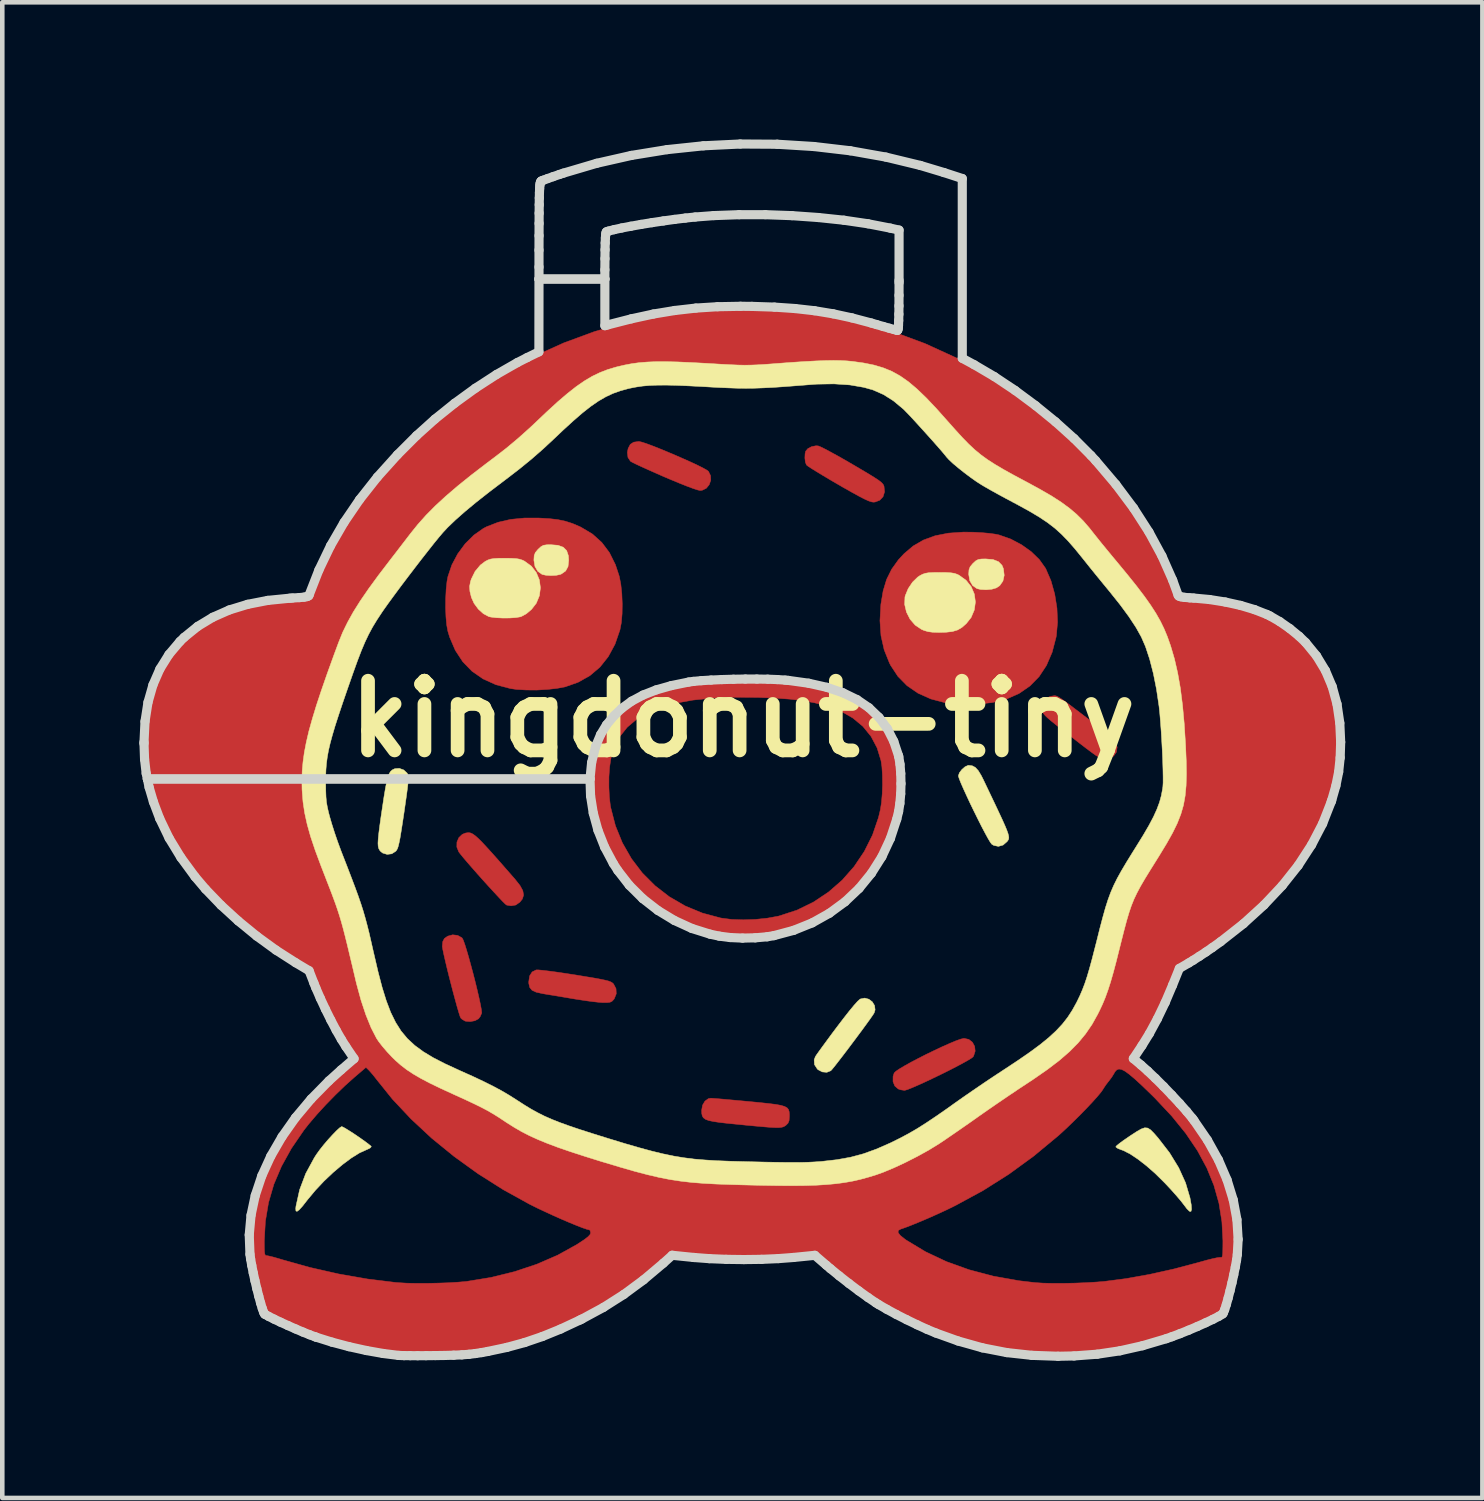
<source format=kicad_pcb>
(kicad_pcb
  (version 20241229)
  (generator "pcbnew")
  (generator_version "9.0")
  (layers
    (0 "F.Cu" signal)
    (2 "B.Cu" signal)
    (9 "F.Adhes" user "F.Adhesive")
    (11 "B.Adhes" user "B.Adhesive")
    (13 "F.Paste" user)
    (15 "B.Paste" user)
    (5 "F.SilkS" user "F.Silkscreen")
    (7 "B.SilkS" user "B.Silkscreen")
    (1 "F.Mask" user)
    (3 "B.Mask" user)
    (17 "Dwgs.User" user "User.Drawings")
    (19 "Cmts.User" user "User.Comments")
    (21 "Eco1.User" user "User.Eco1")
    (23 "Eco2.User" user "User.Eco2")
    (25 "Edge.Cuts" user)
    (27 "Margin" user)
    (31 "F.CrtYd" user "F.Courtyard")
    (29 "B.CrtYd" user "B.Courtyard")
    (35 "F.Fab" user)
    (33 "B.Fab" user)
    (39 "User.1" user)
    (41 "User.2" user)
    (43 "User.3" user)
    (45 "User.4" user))
  (footprint "kingdonut-tiny"
    (layer "F.Cu")
    (at 13.201 12.675)
    (property "Reference" "kingdonut-tiny" (at 0 0 0) (layer "F.SilkS") (effects (font (size 1.524 1.524) (thickness 0.3))))
    (attr through_hole)
    (fp_poly (pts (xy -5.956 2.496) (xy -5.913 2.516) (xy -5.861 2.552) (xy -5.798 2.607) (xy -5.719 2.684) (xy -5.622 2.788) (xy -5.501 2.921) (xy -5.353 3.087) (xy -5.176 3.289) (xy -4.986 3.506) (xy -4.877 3.644) (xy -4.815 3.757) (xy -4.798 3.854) (xy -4.824 3.939) (xy -4.877 4.006) (xy -4.968 4.071) (xy -5.071 4.089) (xy -5.169 4.073) (xy -5.198 4.05) (xy -5.258 3.991) (xy -5.342 3.902) (xy -5.445 3.791) (xy -5.561 3.665) (xy -5.684 3.529) (xy -5.807 3.391) (xy -5.925 3.257) (xy -6.031 3.135) (xy -6.12 3.03) (xy -6.185 2.95) (xy -6.216 2.909) (xy -6.258 2.804) (xy -6.256 2.695) (xy -6.214 2.597) (xy -6.138 2.525) (xy -6.071 2.498) (xy -6.031 2.491) (xy -5.994 2.489) (xy -5.956 2.496)) (stroke (width 0.01) (type solid)) (fill yes) (layer "F.Cu"))
    (fp_poly (pts (xy -2.219 -6.056) (xy -2.121 -6.025) (xy -1.991 -5.977) (xy -1.836 -5.916) (xy -1.666 -5.846) (xy -1.488 -5.771) (xy -1.312 -5.694) (xy -1.146 -5.62) (xy -0.998 -5.551) (xy -0.878 -5.491) (xy -0.794 -5.444) (xy -0.755 -5.416) (xy -0.708 -5.321) (xy -0.704 -5.219) (xy -0.738 -5.122) (xy -0.802 -5.044) (xy -0.891 -5.001) (xy -0.937 -4.996) (xy -0.991 -5.008) (xy -1.09 -5.04) (xy -1.227 -5.091) (xy -1.397 -5.159) (xy -1.592 -5.24) (xy -1.722 -5.295) (xy -1.908 -5.377) (xy -2.079 -5.453) (xy -2.227 -5.52) (xy -2.345 -5.575) (xy -2.425 -5.615) (xy -2.46 -5.635) (xy -2.515 -5.719) (xy -2.528 -5.829) (xy -2.511 -5.916) (xy -2.464 -6.005) (xy -2.39 -6.053) (xy -2.278 -6.068) (xy -2.274 -6.068) (xy -2.219 -6.056)) (stroke (width 0.01) (type solid)) (fill yes) (layer "F.Cu"))
    (fp_poly (pts (xy 4.941 7.011) (xy 5.02 7.073) (xy 5.069 7.163) (xy 5.08 7.267) (xy 5.047 7.371) (xy 5.034 7.392) (xy 4.995 7.423) (xy 4.913 7.473) (xy 4.796 7.538) (xy 4.653 7.614) (xy 4.491 7.697) (xy 4.319 7.782) (xy 4.145 7.866) (xy 3.977 7.945) (xy 3.825 8.014) (xy 3.695 8.07) (xy 3.597 8.109) (xy 3.538 8.126) (xy 3.532 8.126) (xy 3.449 8.113) (xy 3.397 8.095) (xy 3.322 8.03) (xy 3.283 7.934) (xy 3.284 7.821) (xy 3.308 7.746) (xy 3.344 7.71) (xy 3.423 7.656) (xy 3.539 7.587) (xy 3.681 7.508) (xy 3.843 7.423) (xy 4.016 7.335) (xy 4.192 7.25) (xy 4.362 7.17) (xy 4.52 7.1) (xy 4.656 7.043) (xy 4.762 7.005) (xy 4.83 6.989) (xy 4.836 6.988) (xy 4.941 7.011)) (stroke (width 0.01) (type solid)) (fill yes) (layer "F.Cu"))
    (fp_poly (pts (xy 1.647 -5.971) (xy 1.695 -5.952) (xy 1.783 -5.909) (xy 1.905 -5.844) (xy 2.054 -5.763) (xy 2.222 -5.668) (xy 2.398 -5.566) (xy 2.597 -5.449) (xy 2.753 -5.356) (xy 2.871 -5.283) (xy 2.957 -5.227) (xy 3.016 -5.183) (xy 3.053 -5.147) (xy 3.075 -5.117) (xy 3.086 -5.089) (xy 3.098 -4.966) (xy 3.065 -4.86) (xy 2.993 -4.783) (xy 2.891 -4.744) (xy 2.852 -4.741) (xy 2.809 -4.748) (xy 2.747 -4.769) (xy 2.661 -4.808) (xy 2.546 -4.867) (xy 2.397 -4.949) (xy 2.207 -5.056) (xy 2.088 -5.125) (xy 1.911 -5.228) (xy 1.75 -5.324) (xy 1.61 -5.409) (xy 1.499 -5.478) (xy 1.423 -5.528) (xy 1.39 -5.554) (xy 1.39 -5.554) (xy 1.366 -5.615) (xy 1.355 -5.705) (xy 1.359 -5.799) (xy 1.372 -5.855) (xy 1.42 -5.912) (xy 1.502 -5.955) (xy 1.597 -5.974) (xy 1.647 -5.971)) (stroke (width 0.01) (type solid)) (fill yes) (layer "F.Cu"))
    (fp_poly (pts (xy -6.24 4.736) (xy -6.15 4.786) (xy -6.139 4.797) (xy -6.117 4.841) (xy -6.084 4.932) (xy -6.044 5.06) (xy -5.998 5.217) (xy -5.95 5.393) (xy -5.9 5.579) (xy -5.852 5.768) (xy -5.808 5.949) (xy -5.77 6.115) (xy -5.74 6.255) (xy -5.721 6.362) (xy -5.714 6.427) (xy -5.715 6.436) (xy -5.747 6.512) (xy -5.784 6.56) (xy -5.862 6.602) (xy -5.964 6.621) (xy -6.061 6.614) (xy -6.083 6.607) (xy -6.145 6.569) (xy -6.172 6.544) (xy -6.189 6.505) (xy -6.216 6.42) (xy -6.252 6.298) (xy -6.293 6.148) (xy -6.339 5.978) (xy -6.386 5.797) (xy -6.433 5.614) (xy -6.476 5.439) (xy -6.514 5.278) (xy -6.545 5.142) (xy -6.566 5.04) (xy -6.576 4.98) (xy -6.576 4.975) (xy -6.566 4.871) (xy -6.53 4.803) (xy -6.457 4.752) (xy -6.456 4.752) (xy -6.349 4.723) (xy -6.24 4.736)) (stroke (width 0.01) (type solid)) (fill yes) (layer "F.Cu"))
    (fp_poly (pts (xy -4.475 5.491) (xy -4.38 5.5) (xy -4.245 5.516) (xy -4.079 5.538) (xy -3.889 5.566) (xy -3.683 5.598) (xy -3.669 5.6) (xy -3.439 5.638) (xy -3.259 5.668) (xy -3.121 5.693) (xy -3.02 5.714) (xy -2.947 5.732) (xy -2.898 5.75) (xy -2.864 5.768) (xy -2.84 5.788) (xy -2.829 5.8) (xy -2.776 5.901) (xy -2.771 6.014) (xy -2.814 6.121) (xy -2.824 6.135) (xy -2.863 6.176) (xy -2.908 6.198) (xy -2.977 6.206) (xy -3.057 6.206) (xy -3.145 6.2) (xy -3.274 6.186) (xy -3.431 6.165) (xy -3.602 6.139) (xy -3.711 6.122) (xy -3.886 6.092) (xy -4.058 6.063) (xy -4.212 6.038) (xy -4.333 6.018) (xy -4.385 6.009) (xy -4.523 5.978) (xy -4.613 5.936) (xy -4.664 5.874) (xy -4.684 5.786) (xy -4.685 5.75) (xy -4.666 5.622) (xy -4.611 5.535) (xy -4.523 5.491) (xy -4.475 5.491)) (stroke (width 0.01) (type solid)) (fill yes) (layer "F.Cu"))
    (fp_poly (pts (xy -0.66 8.3) (xy -0.568 8.307) (xy -0.436 8.318) (xy -0.272 8.333) (xy -0.083 8.35) (xy 0.121 8.369) (xy 0.123 8.369) (xy 0.371 8.393) (xy 0.567 8.414) (xy 0.719 8.433) (xy 0.833 8.454) (xy 0.912 8.478) (xy 0.965 8.507) (xy 0.996 8.544) (xy 1.011 8.591) (xy 1.016 8.649) (xy 1.016 8.695) (xy 1.01 8.786) (xy 0.986 8.844) (xy 0.942 8.888) (xy 0.913 8.908) (xy 0.882 8.924) (xy 0.842 8.934) (xy 0.787 8.94) (xy 0.71 8.94) (xy 0.605 8.935) (xy 0.467 8.924) (xy 0.288 8.908) (xy 0.063 8.887) (xy -0.083 8.872) (xy -0.319 8.849) (xy -0.505 8.828) (xy -0.646 8.807) (xy -0.75 8.785) (xy -0.821 8.758) (xy -0.866 8.725) (xy -0.89 8.683) (xy -0.901 8.63) (xy -0.903 8.563) (xy -0.903 8.559) (xy -0.883 8.449) (xy -0.831 8.361) (xy -0.756 8.307) (xy -0.703 8.297) (xy -0.66 8.3)) (stroke (width 0.01) (type solid)) (fill yes) (layer "F.Cu"))
    (fp_poly (pts (xy 6.836 -0.505) (xy 6.864 -0.497) (xy 6.901 -0.479) (xy 6.952 -0.448) (xy 7.02 -0.4) (xy 7.111 -0.334) (xy 7.229 -0.245) (xy 7.378 -0.132) (xy 7.563 0.01) (xy 7.789 0.182) (xy 7.809 0.198) (xy 7.926 0.29) (xy 8.028 0.375) (xy 8.105 0.446) (xy 8.149 0.494) (xy 8.154 0.502) (xy 8.186 0.622) (xy 8.168 0.729) (xy 8.108 0.813) (xy 8.011 0.863) (xy 7.925 0.873) (xy 7.879 0.87) (xy 7.834 0.859) (xy 7.782 0.836) (xy 7.715 0.795) (xy 7.627 0.732) (xy 7.508 0.643) (xy 7.366 0.534) (xy 7.154 0.369) (xy 6.982 0.236) (xy 6.846 0.129) (xy 6.741 0.044) (xy 6.665 -0.021) (xy 6.612 -0.072) (xy 6.578 -0.112) (xy 6.558 -0.146) (xy 6.55 -0.176) (xy 6.548 -0.208) (xy 6.548 -0.237) (xy 6.566 -0.361) (xy 6.622 -0.445) (xy 6.719 -0.491) (xy 6.761 -0.499) (xy 6.789 -0.503) (xy 6.812 -0.506) (xy 6.836 -0.505)) (stroke (width 0.01) (type solid)) (fill yes) (layer "F.Cu"))
    (fp_poly (pts (xy 5.038 -4.084) (xy 5.221 -4.074) (xy 5.388 -4.059) (xy 5.526 -4.04) (xy 5.602 -4.024) (xy 5.855 -3.935) (xy 6.093 -3.81) (xy 6.306 -3.658) (xy 6.484 -3.485) (xy 6.616 -3.299) (xy 6.626 -3.281) (xy 6.738 -3.022) (xy 6.82 -2.73) (xy 6.869 -2.423) (xy 6.882 -2.117) (xy 6.857 -1.829) (xy 6.85 -1.788) (xy 6.764 -1.458) (xy 6.64 -1.17) (xy 6.478 -0.924) (xy 6.277 -0.719) (xy 6.039 -0.555) (xy 5.762 -0.433) (xy 5.625 -0.392) (xy 5.448 -0.357) (xy 5.234 -0.333) (xy 5.003 -0.321) (xy 4.772 -0.321) (xy 4.561 -0.334) (xy 4.424 -0.353) (xy 4.108 -0.437) (xy 3.829 -0.562) (xy 3.589 -0.727) (xy 3.389 -0.931) (xy 3.229 -1.174) (xy 3.205 -1.222) (xy 3.089 -1.512) (xy 3.02 -1.818) (xy 2.997 -2.146) (xy 3.017 -2.503) (xy 3.018 -2.51) (xy 3.067 -2.801) (xy 3.143 -3.052) (xy 3.253 -3.274) (xy 3.401 -3.48) (xy 3.526 -3.615) (xy 3.725 -3.783) (xy 3.949 -3.913) (xy 4.204 -4.006) (xy 4.494 -4.063) (xy 4.822 -4.086) (xy 5.038 -4.084)) (stroke (width 0.01) (type solid)) (fill yes) (layer "F.Cu"))
    (fp_poly (pts (xy -4.241 -4.381) (xy -4.05 -4.359) (xy -3.884 -4.324) (xy -3.728 -4.274) (xy -3.567 -4.205) (xy -3.534 -4.188) (xy -3.29 -4.042) (xy -3.087 -3.859) (xy -2.92 -3.637) (xy -2.789 -3.373) (xy -2.705 -3.119) (xy -2.671 -2.945) (xy -2.649 -2.739) (xy -2.64 -2.519) (xy -2.643 -2.301) (xy -2.66 -2.103) (xy -2.69 -1.947) (xy -2.798 -1.634) (xy -2.945 -1.362) (xy -3.128 -1.132) (xy -3.349 -0.945) (xy -3.607 -0.8) (xy -3.886 -0.702) (xy -4.063 -0.668) (xy -4.277 -0.644) (xy -4.508 -0.631) (xy -4.739 -0.632) (xy -4.95 -0.644) (xy -5.087 -0.664) (xy -5.405 -0.748) (xy -5.685 -0.875) (xy -5.926 -1.042) (xy -6.129 -1.251) (xy -6.292 -1.5) (xy -6.416 -1.789) (xy -6.455 -1.919) (xy -6.48 -2.055) (xy -6.496 -2.23) (xy -6.504 -2.429) (xy -6.502 -2.636) (xy -6.492 -2.835) (xy -6.473 -3.01) (xy -6.453 -3.115) (xy -6.367 -3.369) (xy -6.239 -3.61) (xy -6.076 -3.831) (xy -5.887 -4.019) (xy -5.68 -4.165) (xy -5.606 -4.204) (xy -5.355 -4.301) (xy -5.081 -4.364) (xy -4.776 -4.394) (xy -4.473 -4.394) (xy -4.241 -4.381)) (stroke (width 0.01) (type solid)) (fill yes) (layer "F.Cu"))
    (fp_poly (pts (xy 0.037 -0.928) (xy 0.302 -0.924) (xy 0.564 -0.917) (xy 0.811 -0.907) (xy 1.033 -0.894) (xy 1.22 -0.879) (xy 1.35 -0.862) (xy 1.772 -0.775) (xy 2.147 -0.656) (xy 2.476 -0.505) (xy 2.76 -0.322) (xy 2.998 -0.106) (xy 3.191 0.142) (xy 3.339 0.425) (xy 3.443 0.742) (xy 3.504 1.093) (xy 3.518 1.27) (xy 3.511 1.692) (xy 3.451 2.104) (xy 3.341 2.501) (xy 3.184 2.881) (xy 2.983 3.239) (xy 2.742 3.571) (xy 2.462 3.874) (xy 2.147 4.144) (xy 1.8 4.377) (xy 1.424 4.57) (xy 1.023 4.718) (xy 0.708 4.797) (xy 0.463 4.834) (xy 0.189 4.852) (xy -0.095 4.852) (xy -0.367 4.833) (xy -0.607 4.797) (xy -1.036 4.679) (xy -1.438 4.513) (xy -1.812 4.302) (xy -2.154 4.049) (xy -2.461 3.758) (xy -2.731 3.431) (xy -2.959 3.072) (xy -3.145 2.685) (xy -3.284 2.272) (xy -3.373 1.837) (xy -3.392 1.687) (xy -3.4 1.488) (xy -2.932 1.488) (xy -2.922 1.705) (xy -2.9 1.898) (xy -2.892 1.94) (xy -2.789 2.338) (xy -2.637 2.711) (xy -2.439 3.057) (xy -2.2 3.371) (xy -1.921 3.65) (xy -1.608 3.892) (xy -1.262 4.092) (xy -0.889 4.247) (xy -0.49 4.354) (xy -0.461 4.359) (xy -0.243 4.387) (xy 0.009 4.395) (xy 0.274 4.386) (xy 0.534 4.359) (xy 0.77 4.316) (xy 0.804 4.307) (xy 1.187 4.181) (xy 1.545 4.006) (xy 1.874 3.786) (xy 2.172 3.526) (xy 2.433 3.229) (xy 2.655 2.899) (xy 2.834 2.541) (xy 2.965 2.158) (xy 3.006 1.987) (xy 3.031 1.828) (xy 3.047 1.637) (xy 3.054 1.432) (xy 3.051 1.23) (xy 3.04 1.049) (xy 3.021 0.917) (xy 2.935 0.635) (xy 2.802 0.383) (xy 2.624 0.164) (xy 2.405 -0.018) (xy 2.201 -0.136) (xy 2 -0.223) (xy 1.79 -0.296) (xy 1.562 -0.353) (xy 1.311 -0.398) (xy 1.026 -0.432) (xy 0.702 -0.455) (xy 0.329 -0.47) (xy 0.325 -0.47) (xy -0.199 -0.474) (xy -0.673 -0.454) (xy -1.097 -0.411) (xy -1.474 -0.343) (xy -1.804 -0.25) (xy -2.089 -0.132) (xy -2.33 0.012) (xy -2.53 0.182) (xy -2.688 0.38) (xy -2.806 0.606) (xy -2.886 0.859) (xy -2.892 0.889) (xy -2.917 1.06) (xy -2.931 1.266) (xy -2.932 1.488) (xy -3.4 1.488) (xy -3.407 1.325) (xy -3.376 0.977) (xy -3.302 0.651) (xy -3.186 0.351) (xy -3.03 0.083) (xy -2.85 -0.133) (xy -2.628 -0.329) (xy -2.377 -0.495) (xy -2.093 -0.632) (xy -1.772 -0.742) (xy -1.409 -0.827) (xy -0.999 -0.888) (xy -0.842 -0.904) (xy -0.671 -0.916) (xy -0.46 -0.924) (xy -0.22 -0.928) (xy 0.037 -0.928)) (stroke (width 0.01) (type solid)) (fill yes) (layer "F.Cu"))
    (fp_poly (pts (xy 0.375 -8.986) (xy 0.635 -8.979) (xy 0.864 -8.968) (xy 1.05 -8.952) (xy 1.058 -8.951) (xy 1.833 -8.836) (xy 2.576 -8.675) (xy 3.291 -8.466) (xy 3.981 -8.211) (xy 4.648 -7.906) (xy 4.656 -7.903) (xy 5.331 -7.533) (xy 5.973 -7.118) (xy 6.58 -6.659) (xy 7.152 -6.157) (xy 7.686 -5.613) (xy 8.181 -5.028) (xy 8.637 -4.404) (xy 8.673 -4.351) (xy 8.825 -4.104) (xy 8.983 -3.818) (xy 9.138 -3.506) (xy 9.284 -3.185) (xy 9.412 -2.869) (xy 9.492 -2.646) (xy 9.508 -2.623) (xy 9.541 -2.608) (xy 9.603 -2.6) (xy 9.706 -2.597) (xy 9.782 -2.596) (xy 10.157 -2.576) (xy 10.541 -2.518) (xy 10.92 -2.426) (xy 11.28 -2.303) (xy 11.607 -2.154) (xy 11.731 -2.084) (xy 11.934 -1.945) (xy 12.139 -1.775) (xy 12.324 -1.593) (xy 12.408 -1.496) (xy 12.615 -1.195) (xy 12.782 -0.86) (xy 12.906 -0.497) (xy 12.989 -0.112) (xy 13.03 0.29) (xy 13.029 0.705) (xy 12.986 1.125) (xy 12.9 1.548) (xy 12.771 1.966) (xy 12.598 2.374) (xy 12.567 2.439) (xy 12.317 2.879) (xy 12.014 3.312) (xy 11.661 3.734) (xy 11.261 4.141) (xy 10.819 4.531) (xy 10.336 4.9) (xy 9.817 5.245) (xy 9.741 5.291) (xy 9.506 5.434) (xy 9.372 5.772) (xy 9.179 6.226) (xy 8.983 6.629) (xy 8.781 6.982) (xy 8.707 7.097) (xy 8.63 7.218) (xy 8.566 7.321) (xy 8.521 7.399) (xy 8.501 7.443) (xy 8.5 7.448) (xy 8.525 7.475) (xy 8.582 7.528) (xy 8.662 7.597) (xy 8.692 7.622) (xy 9.09 7.978) (xy 9.465 8.369) (xy 9.805 8.78) (xy 10.023 9.085) (xy 10.248 9.447) (xy 10.429 9.803) (xy 10.574 10.168) (xy 10.685 10.541) (xy 10.714 10.657) (xy 10.735 10.757) (xy 10.75 10.853) (xy 10.759 10.957) (xy 10.764 11.085) (xy 10.766 11.247) (xy 10.766 11.374) (xy 10.767 11.896) (xy 10.63 12.433) (xy 10.492 12.97) (xy 10.305 13.072) (xy 9.94 13.251) (xy 9.531 13.416) (xy 9.09 13.564) (xy 8.629 13.691) (xy 8.159 13.793) (xy 7.832 13.847) (xy 7.632 13.869) (xy 7.392 13.885) (xy 7.128 13.894) (xy 6.851 13.897) (xy 6.578 13.893) (xy 6.321 13.883) (xy 6.095 13.866) (xy 5.946 13.848) (xy 5.61 13.788) (xy 5.263 13.711) (xy 4.917 13.62) (xy 4.582 13.517) (xy 4.268 13.407) (xy 3.984 13.292) (xy 3.741 13.176) (xy 3.634 13.116) (xy 3.565 13.075) (xy 3.463 13.015) (xy 3.344 12.945) (xy 3.267 12.901) (xy 3.13 12.819) (xy 2.984 12.728) (xy 2.852 12.645) (xy 2.804 12.613) (xy 2.696 12.541) (xy 2.592 12.475) (xy 2.511 12.425) (xy 2.498 12.418) (xy 2.407 12.36) (xy 2.283 12.269) (xy 2.133 12.151) (xy 1.965 12.013) (xy 1.787 11.861) (xy 1.784 11.859) (xy 1.579 11.681) (xy 1.192 11.731) (xy 0.978 11.752) (xy 0.72 11.768) (xy 0.432 11.779) (xy 0.126 11.783) (xy -0.186 11.782) (xy -0.489 11.775) (xy -0.772 11.763) (xy -1.022 11.745) (xy -1.154 11.731) (xy -1.561 11.681) (xy -1.677 11.793) (xy -1.743 11.853) (xy -1.834 11.932) (xy -1.943 12.022) (xy -2.06 12.117) (xy -2.176 12.209) (xy -2.283 12.292) (xy -2.372 12.36) (xy -2.435 12.404) (xy -2.461 12.418) (xy -2.494 12.433) (xy -2.561 12.473) (xy -2.654 12.532) (xy -2.732 12.583) (xy -3.204 12.883) (xy -3.659 13.137) (xy -4.106 13.348) (xy -4.554 13.521) (xy -5.011 13.659) (xy -5.066 13.673) (xy -5.675 13.805) (xy -6.269 13.883) (xy -6.856 13.91) (xy -7.439 13.885) (xy -7.458 13.884) (xy -7.913 13.828) (xy -8.377 13.742) (xy -8.837 13.629) (xy -9.284 13.493) (xy -9.706 13.337) (xy -10.092 13.164) (xy -10.329 13.038) (xy -10.387 13.003) (xy -10.427 12.969) (xy -10.456 12.925) (xy -10.482 12.856) (xy -10.512 12.752) (xy -10.53 12.683) (xy -10.564 12.558) (xy -10.597 12.448) (xy -10.624 12.368) (xy -10.636 12.34) (xy -10.653 12.288) (xy -10.674 12.194) (xy -10.695 12.071) (xy -10.714 11.946) (xy -10.737 11.702) (xy -10.746 11.438) (xy -10.746 11.423) (xy -10.47 11.423) (xy -10.469 11.561) (xy -10.466 11.652) (xy -10.459 11.706) (xy -10.446 11.732) (xy -10.426 11.74) (xy -10.417 11.74) (xy -10.369 11.749) (xy -10.281 11.77) (xy -10.168 11.802) (xy -10.086 11.827) (xy -9.472 11.999) (xy -8.841 12.142) (xy -8.211 12.252) (xy -7.601 12.327) (xy -7.523 12.333) (xy -7.356 12.343) (xy -7.148 12.347) (xy -6.916 12.347) (xy -6.674 12.342) (xy -6.44 12.334) (xy -6.228 12.321) (xy -6.055 12.306) (xy -6.04 12.304) (xy -5.507 12.217) (xy -4.993 12.09) (xy -4.505 11.927) (xy -4.05 11.729) (xy -3.635 11.499) (xy -3.587 11.468) (xy -3.466 11.388) (xy -3.388 11.327) (xy -3.345 11.281) (xy -3.33 11.243) (xy -3.33 11.239) (xy -3.331 11.238) (xy 3.395 11.238) (xy 3.444 11.301) (xy 3.545 11.382) (xy 3.577 11.404) (xy 3.995 11.656) (xy 4.453 11.872) (xy 4.949 12.05) (xy 5.479 12.19) (xy 6.041 12.29) (xy 6.392 12.331) (xy 6.561 12.342) (xy 6.772 12.347) (xy 7.01 12.347) (xy 7.26 12.342) (xy 7.51 12.332) (xy 7.743 12.318) (xy 7.902 12.305) (xy 8.382 12.243) (xy 8.895 12.151) (xy 9.43 12.032) (xy 9.973 11.888) (xy 10.003 11.879) (xy 10.147 11.839) (xy 10.275 11.807) (xy 10.375 11.786) (xy 10.437 11.778) (xy 10.448 11.778) (xy 10.468 11.78) (xy 10.483 11.766) (xy 10.491 11.729) (xy 10.496 11.659) (xy 10.498 11.548) (xy 10.499 11.417) (xy 10.477 11) (xy 10.413 10.597) (xy 10.303 10.206) (xy 10.147 9.823) (xy 9.942 9.444) (xy 9.687 9.067) (xy 9.38 8.688) (xy 9.019 8.303) (xy 8.912 8.197) (xy 8.727 8.019) (xy 8.575 7.879) (xy 8.453 7.776) (xy 8.357 7.706) (xy 8.282 7.668) (xy 8.223 7.659) (xy 8.177 7.677) (xy 8.138 7.719) (xy 8.115 7.76) (xy 8.069 7.835) (xy 8.008 7.917) (xy 7.997 7.93) (xy 7.935 8.011) (xy 7.882 8.091) (xy 7.876 8.103) (xy 7.831 8.167) (xy 7.751 8.263) (xy 7.644 8.382) (xy 7.516 8.518) (xy 7.375 8.663) (xy 7.226 8.81) (xy 7.078 8.953) (xy 6.937 9.083) (xy 6.894 9.121) (xy 6.36 9.564) (xy 5.818 9.959) (xy 5.255 10.315) (xy 4.657 10.64) (xy 4.621 10.658) (xy 4.452 10.741) (xy 4.263 10.828) (xy 4.066 10.916) (xy 3.873 10.998) (xy 3.697 11.07) (xy 3.549 11.127) (xy 3.45 11.161) (xy 3.397 11.191) (xy 3.395 11.238) (xy -3.331 11.238) (xy -3.343 11.19) (xy -3.363 11.176) (xy -3.415 11.164) (xy -3.509 11.132) (xy -3.637 11.082) (xy -3.791 11.019) (xy -3.962 10.946) (xy -4.142 10.866) (xy -4.322 10.783) (xy -4.495 10.702) (xy -4.651 10.624) (xy -4.671 10.614) (xy -5.243 10.298) (xy -5.794 9.949) (xy -6.317 9.572) (xy -6.808 9.172) (xy -7.259 8.752) (xy -7.666 8.319) (xy -8.015 7.885) (xy -8.082 7.799) (xy -8.148 7.722) (xy -8.18 7.687) (xy -8.246 7.623) (xy -8.505 7.844) (xy -8.705 8.023) (xy -8.916 8.227) (xy -9.126 8.442) (xy -9.323 8.657) (xy -9.496 8.86) (xy -9.605 8.999) (xy -9.877 9.396) (xy -10.094 9.788) (xy -10.261 10.181) (xy -10.377 10.58) (xy -10.446 10.99) (xy -10.47 11.418) (xy -10.47 11.423) (xy -10.746 11.423) (xy -10.741 11.171) (xy -10.722 10.92) (xy -10.691 10.703) (xy -10.684 10.67) (xy -10.56 10.226) (xy -10.382 9.783) (xy -10.151 9.345) (xy -9.871 8.914) (xy -9.544 8.494) (xy -9.171 8.089) (xy -8.755 7.702) (xy -8.692 7.649) (xy -8.601 7.57) (xy -8.528 7.503) (xy -8.481 7.458) (xy -8.471 7.445) (xy -8.482 7.414) (xy -8.519 7.345) (xy -8.576 7.249) (xy -8.648 7.135) (xy -8.658 7.118) (xy -8.814 6.866) (xy -8.957 6.607) (xy -9.095 6.327) (xy -9.234 6.012) (xy -9.287 5.884) (xy -9.35 5.732) (xy -9.398 5.623) (xy -9.437 5.547) (xy -9.472 5.495) (xy -9.51 5.457) (xy -9.556 5.424) (xy -9.586 5.406) (xy -10.174 5.025) (xy -10.708 4.633) (xy -11.187 4.23) (xy -11.611 3.814) (xy -11.982 3.386) (xy -12.3 2.945) (xy -12.564 2.491) (xy -12.776 2.022) (xy -12.839 1.854) (xy -12.956 1.45) (xy -12.978 1.326) (xy -9.495 1.326) (xy -9.491 1.502) (xy -9.48 1.669) (xy -9.46 1.836) (xy -9.429 2.009) (xy -9.384 2.194) (xy -9.325 2.399) (xy -9.249 2.63) (xy -9.155 2.894) (xy -9.041 3.197) (xy -8.944 3.446) (xy -8.853 3.682) (xy -8.778 3.884) (xy -8.714 4.064) (xy -8.659 4.234) (xy -8.608 4.405) (xy -8.56 4.588) (xy -8.509 4.796) (xy -8.452 5.041) (xy -8.411 5.224) (xy -8.315 5.634) (xy -8.217 5.993) (xy -8.115 6.307) (xy -8.004 6.581) (xy -7.88 6.82) (xy -7.74 7.029) (xy -7.578 7.216) (xy -7.392 7.383) (xy -7.177 7.538) (xy -6.929 7.685) (xy -6.643 7.83) (xy -6.387 7.948) (xy -6.066 8.093) (xy -5.792 8.223) (xy -5.558 8.342) (xy -5.358 8.452) (xy -5.184 8.558) (xy -5.119 8.601) (xy -4.951 8.711) (xy -4.789 8.809) (xy -4.625 8.898) (xy -4.453 8.982) (xy -4.264 9.062) (xy -4.051 9.144) (xy -3.805 9.23) (xy -3.52 9.323) (xy -3.203 9.422) (xy -2.834 9.535) (xy -2.511 9.631) (xy -2.225 9.711) (xy -1.969 9.778) (xy -1.734 9.833) (xy -1.513 9.877) (xy -1.297 9.911) (xy -1.079 9.937) (xy -0.851 9.957) (xy -0.604 9.971) (xy -0.331 9.982) (xy -0.056 9.99) (xy 0.256 9.997) (xy 0.518 10.003) (xy 0.736 10.008) (xy 0.918 10.011) (xy 1.069 10.012) (xy 1.196 10.012) (xy 1.305 10.011) (xy 1.403 10.008) (xy 1.497 10.003) (xy 1.592 9.997) (xy 1.693 9.99) (xy 2.017 9.957) (xy 2.323 9.908) (xy 2.619 9.839) (xy 2.91 9.749) (xy 3.203 9.633) (xy 3.504 9.491) (xy 3.82 9.319) (xy 4.156 9.113) (xy 4.518 8.873) (xy 4.897 8.607) (xy 5.058 8.493) (xy 5.25 8.36) (xy 5.458 8.219) (xy 5.666 8.081) (xy 5.856 7.957) (xy 6.11 7.792) (xy 6.323 7.65) (xy 6.502 7.525) (xy 6.655 7.412) (xy 6.79 7.305) (xy 6.913 7.199) (xy 7.022 7.1) (xy 7.284 6.821) (xy 7.501 6.522) (xy 7.631 6.294) (xy 7.69 6.176) (xy 7.742 6.062) (xy 7.79 5.944) (xy 7.836 5.814) (xy 7.884 5.664) (xy 7.935 5.486) (xy 7.992 5.272) (xy 8.059 5.013) (xy 8.085 4.913) (xy 8.157 4.63) (xy 8.219 4.393) (xy 8.277 4.192) (xy 8.332 4.017) (xy 8.391 3.861) (xy 8.456 3.712) (xy 8.531 3.563) (xy 8.621 3.403) (xy 8.729 3.223) (xy 8.859 3.014) (xy 8.946 2.876) (xy 9.113 2.607) (xy 9.248 2.372) (xy 9.354 2.16) (xy 9.433 1.959) (xy 9.49 1.76) (xy 9.526 1.552) (xy 9.545 1.324) (xy 9.549 1.064) (xy 9.542 0.763) (xy 9.538 0.672) (xy 9.509 0.162) (xy 9.465 -0.308) (xy 9.407 -0.732) (xy 9.336 -1.107) (xy 9.314 -1.205) (xy 9.259 -1.418) (xy 9.201 -1.611) (xy 9.137 -1.791) (xy 9.062 -1.964) (xy 8.973 -2.136) (xy 8.867 -2.314) (xy 8.739 -2.504) (xy 8.585 -2.712) (xy 8.403 -2.945) (xy 8.189 -3.209) (xy 8.034 -3.397) (xy 7.905 -3.551) (xy 7.783 -3.699) (xy 7.674 -3.834) (xy 7.584 -3.946) (xy 7.52 -4.028) (xy 7.5 -4.053) (xy 7.376 -4.203) (xy 7.215 -4.365) (xy 7.035 -4.524) (xy 6.85 -4.668) (xy 6.762 -4.727) (xy 6.667 -4.786) (xy 6.533 -4.865) (xy 6.372 -4.956) (xy 6.196 -5.054) (xy 6.017 -5.152) (xy 5.977 -5.173) (xy 5.722 -5.311) (xy 5.508 -5.431) (xy 5.326 -5.542) (xy 5.167 -5.649) (xy 5.022 -5.761) (xy 4.882 -5.885) (xy 4.737 -6.027) (xy 4.579 -6.196) (xy 4.398 -6.398) (xy 4.308 -6.5) (xy 4.069 -6.766) (xy 3.854 -6.99) (xy 3.658 -7.176) (xy 3.473 -7.327) (xy 3.293 -7.448) (xy 3.111 -7.542) (xy 2.92 -7.614) (xy 2.713 -7.668) (xy 2.484 -7.708) (xy 2.267 -7.733) (xy 2.173 -7.742) (xy 2.08 -7.747) (xy 1.981 -7.75) (xy 1.871 -7.75) (xy 1.743 -7.746) (xy 1.589 -7.738) (xy 1.403 -7.727) (xy 1.178 -7.711) (xy 0.908 -7.69) (xy 0.72 -7.676) (xy 0.528 -7.663) (xy 0.342 -7.654) (xy 0.152 -7.651) (xy -0.051 -7.652) (xy -0.278 -7.658) (xy -0.537 -7.67) (xy -0.839 -7.686) (xy -0.974 -7.695) (xy -1.224 -7.709) (xy -1.429 -7.719) (xy -1.597 -7.725) (xy -1.74 -7.727) (xy -1.866 -7.724) (xy -1.987 -7.717) (xy -2.088 -7.708) (xy -2.337 -7.68) (xy -2.562 -7.642) (xy -2.769 -7.591) (xy -2.964 -7.522) (xy -3.155 -7.434) (xy -3.347 -7.322) (xy -3.547 -7.182) (xy -3.761 -7.011) (xy -3.997 -6.806) (xy -4.259 -6.563) (xy -4.381 -6.447) (xy -4.614 -6.23) (xy -4.848 -6.024) (xy -5.071 -5.839) (xy -5.26 -5.692) (xy -5.636 -5.411) (xy -5.966 -5.154) (xy -6.255 -4.916) (xy -6.506 -4.694) (xy -6.723 -4.485) (xy -6.91 -4.284) (xy -7.059 -4.106) (xy -7.219 -3.902) (xy -7.384 -3.688) (xy -7.55 -3.471) (xy -7.712 -3.259) (xy -7.862 -3.058) (xy -7.997 -2.876) (xy -8.11 -2.721) (xy -8.195 -2.599) (xy -8.221 -2.561) (xy -8.314 -2.419) (xy -8.396 -2.283) (xy -8.472 -2.147) (xy -8.544 -2.002) (xy -8.616 -1.84) (xy -8.692 -1.652) (xy -8.776 -1.431) (xy -8.872 -1.169) (xy -8.927 -1.016) (xy -9.054 -0.655) (xy -9.161 -0.34) (xy -9.25 -0.064) (xy -9.323 0.177) (xy -9.38 0.392) (xy -9.424 0.586) (xy -9.456 0.765) (xy -9.477 0.936) (xy -9.489 1.104) (xy -9.494 1.277) (xy -9.495 1.326) (xy -12.978 1.326) (xy -13.03 1.038) (xy -13.061 0.624) (xy -13.052 0.214) (xy -13.002 -0.184) (xy -12.911 -0.564) (xy -12.782 -0.92) (xy -12.614 -1.244) (xy -12.48 -1.441) (xy -12.237 -1.715) (xy -11.95 -1.955) (xy -11.624 -2.158) (xy -11.26 -2.325) (xy -10.862 -2.452) (xy -10.431 -2.541) (xy -9.969 -2.589) (xy -9.896 -2.592) (xy -9.477 -2.611) (xy -9.366 -2.907) (xy -9.146 -3.433) (xy -8.884 -3.943) (xy -8.577 -4.441) (xy -8.223 -4.933) (xy -7.817 -5.42) (xy -7.359 -5.909) (xy -7.312 -5.956) (xy -7.026 -6.234) (xy -6.762 -6.477) (xy -6.504 -6.696) (xy -6.241 -6.902) (xy -5.96 -7.104) (xy -5.828 -7.195) (xy -5.202 -7.589) (xy -4.567 -7.932) (xy -3.916 -8.226) (xy -3.245 -8.473) (xy -2.55 -8.674) (xy -1.824 -8.831) (xy -1.143 -8.936) (xy -0.956 -8.954) (xy -0.727 -8.969) (xy -0.466 -8.979) (xy -0.188 -8.986) (xy 0.097 -8.988) (xy 0.375 -8.986)) (stroke (width 0.01) (type solid)) (fill yes) (layer "F.Cu"))
    (fp_poly (pts (xy -2.219 -6.056) (xy -2.121 -6.025) (xy -1.991 -5.977) (xy -1.836 -5.916) (xy -1.666 -5.846) (xy -1.488 -5.771) (xy -1.312 -5.694) (xy -1.146 -5.62) (xy -0.998 -5.551) (xy -0.878 -5.491) (xy -0.794 -5.444) (xy -0.755 -5.416) (xy -0.708 -5.321) (xy -0.704 -5.219) (xy -0.738 -5.122) (xy -0.802 -5.044) (xy -0.891 -5.001) (xy -0.937 -4.996) (xy -0.991 -5.008) (xy -1.09 -5.04) (xy -1.227 -5.091) (xy -1.397 -5.159) (xy -1.592 -5.24) (xy -1.722 -5.295) (xy -1.908 -5.377) (xy -2.079 -5.453) (xy -2.227 -5.52) (xy -2.345 -5.575) (xy -2.425 -5.615) (xy -2.46 -5.635) (xy -2.515 -5.719) (xy -2.528 -5.829) (xy -2.511 -5.916) (xy -2.464 -6.005) (xy -2.39 -6.053) (xy -2.278 -6.068) (xy -2.274 -6.068) (xy -2.219 -6.056)) (stroke (width 0.01) (type solid)) (fill yes) (layer "F.Mask"))
    (fp_poly (pts (xy 4.941 7.011) (xy 5.02 7.073) (xy 5.069 7.163) (xy 5.08 7.267) (xy 5.047 7.371) (xy 5.034 7.392) (xy 4.995 7.423) (xy 4.913 7.473) (xy 4.796 7.538) (xy 4.653 7.614) (xy 4.491 7.697) (xy 4.319 7.782) (xy 4.145 7.866) (xy 3.977 7.945) (xy 3.825 8.014) (xy 3.695 8.07) (xy 3.597 8.109) (xy 3.538 8.126) (xy 3.532 8.126) (xy 3.449 8.113) (xy 3.397 8.095) (xy 3.322 8.03) (xy 3.283 7.934) (xy 3.284 7.821) (xy 3.308 7.746) (xy 3.344 7.71) (xy 3.423 7.656) (xy 3.539 7.587) (xy 3.681 7.508) (xy 3.843 7.423) (xy 4.016 7.335) (xy 4.192 7.25) (xy 4.362 7.17) (xy 4.52 7.1) (xy 4.656 7.043) (xy 4.762 7.005) (xy 4.83 6.989) (xy 4.836 6.988) (xy 4.941 7.011)) (stroke (width 0.01) (type solid)) (fill yes) (layer "F.Mask"))
    (fp_poly (pts (xy -5.377 0.2) (xy -5.329 0.212) (xy -5.286 0.238) (xy -5.245 0.285) (xy -5.204 0.357) (xy -5.158 0.46) (xy -5.105 0.6) (xy -5.042 0.781) (xy -4.965 1.01) (xy -4.951 1.05) (xy -4.874 1.285) (xy -4.815 1.473) (xy -4.772 1.62) (xy -4.744 1.733) (xy -4.732 1.818) (xy -4.733 1.882) (xy -4.746 1.93) (xy -4.771 1.97) (xy -4.806 2.005) (xy -4.893 2.051) (xy -4.998 2.059) (xy -5.1 2.029) (xy -5.146 1.997) (xy -5.176 1.951) (xy -5.218 1.859) (xy -5.27 1.731) (xy -5.329 1.576) (xy -5.391 1.403) (xy -5.453 1.22) (xy -5.513 1.036) (xy -5.568 0.861) (xy -5.614 0.703) (xy -5.649 0.571) (xy -5.669 0.474) (xy -5.673 0.435) (xy -5.651 0.319) (xy -5.587 0.24) (xy -5.484 0.201) (xy -5.433 0.198) (xy -5.377 0.2)) (stroke (width 0.01) (type solid)) (fill yes) (layer "F.Mask"))
    (fp_poly (pts (xy -1.503 7.101) (xy -1.429 7.142) (xy -1.381 7.19) (xy -1.36 7.25) (xy -1.355 7.335) (xy -1.364 7.439) (xy -1.395 7.505) (xy -1.41 7.52) (xy -1.456 7.546) (xy -1.548 7.584) (xy -1.676 7.631) (xy -1.831 7.685) (xy -2.005 7.742) (xy -2.188 7.801) (xy -2.372 7.858) (xy -2.547 7.91) (xy -2.705 7.955) (xy -2.837 7.989) (xy -2.933 8.01) (xy -2.978 8.015) (xy -3.068 8.007) (xy -3.127 7.976) (xy -3.159 7.941) (xy -3.201 7.857) (xy -3.217 7.773) (xy -3.214 7.717) (xy -3.2 7.67) (xy -3.17 7.627) (xy -3.119 7.586) (xy -3.041 7.544) (xy -2.93 7.497) (xy -2.782 7.444) (xy -2.589 7.38) (xy -2.375 7.311) (xy -2.18 7.25) (xy -1.999 7.195) (xy -1.841 7.149) (xy -1.713 7.113) (xy -1.623 7.091) (xy -1.581 7.084) (xy -1.503 7.101)) (stroke (width 0.01) (type solid)) (fill yes) (layer "F.Mask"))
    (fp_poly (pts (xy 0.117 -3.947) (xy 0.21 -3.916) (xy 0.246 -3.888) (xy 0.276 -3.846) (xy 0.328 -3.763) (xy 0.399 -3.645) (xy 0.485 -3.5) (xy 0.58 -3.336) (xy 0.66 -3.194) (xy 0.772 -2.995) (xy 0.858 -2.838) (xy 0.922 -2.717) (xy 0.966 -2.624) (xy 0.995 -2.554) (xy 1.01 -2.499) (xy 1.016 -2.453) (xy 1.016 -2.441) (xy 1.008 -2.352) (xy 0.977 -2.293) (xy 0.942 -2.26) (xy 0.844 -2.211) (xy 0.737 -2.203) (xy 0.64 -2.233) (xy 0.6 -2.265) (xy 0.57 -2.306) (xy 0.518 -2.389) (xy 0.449 -2.504) (xy 0.366 -2.644) (xy 0.276 -2.8) (xy 0.182 -2.964) (xy 0.09 -3.127) (xy 0.004 -3.281) (xy -0.071 -3.418) (xy -0.131 -3.528) (xy -0.169 -3.605) (xy -0.181 -3.634) (xy -0.186 -3.714) (xy -0.164 -3.806) (xy -0.124 -3.886) (xy -0.084 -3.923) (xy 0.011 -3.951) (xy 0.117 -3.947)) (stroke (width 0.01) (type solid)) (fill yes) (layer "F.Mask"))
    (fp_poly (pts (xy 4.556 3.706) (xy 4.669 3.744) (xy 4.741 3.818) (xy 4.769 3.929) (xy 4.77 3.946) (xy 4.762 4.016) (xy 4.743 4.128) (xy 4.713 4.272) (xy 4.675 4.439) (xy 4.631 4.62) (xy 4.585 4.806) (xy 4.537 4.988) (xy 4.49 5.158) (xy 4.447 5.306) (xy 4.409 5.423) (xy 4.38 5.499) (xy 4.366 5.524) (xy 4.285 5.576) (xy 4.182 5.593) (xy 4.078 5.577) (xy 3.995 5.528) (xy 3.981 5.514) (xy 3.94 5.442) (xy 3.923 5.374) (xy 3.923 5.374) (xy 3.929 5.329) (xy 3.948 5.238) (xy 3.977 5.109) (xy 4.014 4.948) (xy 4.058 4.763) (xy 4.106 4.566) (xy 4.163 4.341) (xy 4.208 4.164) (xy 4.245 4.029) (xy 4.275 3.929) (xy 4.301 3.858) (xy 4.324 3.809) (xy 4.348 3.776) (xy 4.366 3.758) (xy 4.43 3.713) (xy 4.5 3.702) (xy 4.556 3.706)) (stroke (width 0.01) (type solid)) (fill yes) (layer "F.Mask"))
    (fp_poly (pts (xy -4.475 5.491) (xy -4.38 5.5) (xy -4.245 5.516) (xy -4.079 5.538) (xy -3.889 5.566) (xy -3.683 5.598) (xy -3.669 5.6) (xy -3.439 5.638) (xy -3.259 5.668) (xy -3.121 5.693) (xy -3.02 5.714) (xy -2.947 5.732) (xy -2.898 5.75) (xy -2.864 5.768) (xy -2.84 5.788) (xy -2.829 5.8) (xy -2.776 5.901) (xy -2.771 6.014) (xy -2.814 6.121) (xy -2.824 6.135) (xy -2.863 6.176) (xy -2.908 6.198) (xy -2.977 6.206) (xy -3.057 6.206) (xy -3.145 6.2) (xy -3.274 6.186) (xy -3.431 6.165) (xy -3.602 6.139) (xy -3.711 6.122) (xy -3.886 6.092) (xy -4.058 6.063) (xy -4.212 6.038) (xy -4.333 6.018) (xy -4.385 6.009) (xy -4.523 5.978) (xy -4.613 5.936) (xy -4.664 5.874) (xy -4.684 5.786) (xy -4.685 5.75) (xy -4.666 5.622) (xy -4.611 5.535) (xy -4.523 5.491) (xy -4.475 5.491)) (stroke (width 0.01) (type solid)) (fill yes) (layer "F.Mask"))
    (fp_poly (pts (xy 6.836 -0.505) (xy 6.864 -0.497) (xy 6.901 -0.479) (xy 6.952 -0.448) (xy 7.02 -0.4) (xy 7.111 -0.334) (xy 7.229 -0.245) (xy 7.378 -0.132) (xy 7.563 0.01) (xy 7.789 0.182) (xy 7.809 0.198) (xy 7.926 0.29) (xy 8.028 0.375) (xy 8.105 0.446) (xy 8.149 0.494) (xy 8.154 0.502) (xy 8.186 0.622) (xy 8.168 0.729) (xy 8.108 0.813) (xy 8.011 0.863) (xy 7.925 0.873) (xy 7.879 0.87) (xy 7.834 0.859) (xy 7.782 0.836) (xy 7.715 0.795) (xy 7.627 0.732) (xy 7.508 0.643) (xy 7.366 0.534) (xy 7.154 0.369) (xy 6.982 0.236) (xy 6.846 0.129) (xy 6.741 0.044) (xy 6.665 -0.021) (xy 6.612 -0.072) (xy 6.578 -0.112) (xy 6.558 -0.146) (xy 6.55 -0.176) (xy 6.548 -0.208) (xy 6.548 -0.237) (xy 6.566 -0.361) (xy 6.622 -0.445) (xy 6.719 -0.491) (xy 6.761 -0.499) (xy 6.789 -0.503) (xy 6.812 -0.506) (xy 6.836 -0.505)) (stroke (width 0.01) (type solid)) (fill yes) (layer "F.Mask"))
    (fp_poly (pts (xy 3.503 11.439) (xy 3.805 11.627) (xy 4.149 11.802) (xy 4.521 11.96) (xy 4.908 12.094) (xy 5.038 12.132) (xy 5.59 12.26) (xy 6.172 12.341) (xy 6.781 12.378) (xy 7.414 12.369) (xy 8.067 12.315) (xy 8.738 12.216) (xy 9.423 12.071) (xy 10.111 11.885) (xy 10.249 11.847) (xy 10.34 11.828) (xy 10.383 11.83) (xy 10.386 11.835) (xy 10.379 11.872) (xy 10.361 11.954) (xy 10.334 12.07) (xy 10.299 12.21) (xy 10.279 12.291) (xy 10.173 12.714) (xy 9.877 12.861) (xy 9.683 12.949) (xy 9.451 13.042) (xy 9.197 13.135) (xy 8.939 13.22) (xy 8.693 13.293) (xy 8.588 13.32) (xy 8.348 13.377) (xy 8.13 13.421) (xy 7.92 13.454) (xy 7.705 13.477) (xy 7.47 13.493) (xy 7.201 13.502) (xy 6.999 13.506) (xy 6.793 13.507) (xy 6.593 13.506) (xy 6.41 13.503) (xy 6.255 13.499) (xy 6.139 13.492) (xy 6.096 13.488) (xy 5.506 13.388) (xy 4.919 13.233) (xy 4.34 13.024) (xy 3.772 12.764) (xy 3.218 12.455) (xy 2.684 12.097) (xy 2.396 11.878) (xy 2.107 11.647) (xy 2.529 11.543) (xy 2.694 11.501) (xy 2.857 11.458) (xy 3.001 11.418) (xy 3.112 11.385) (xy 3.138 11.376) (xy 3.324 11.315) (xy 3.503 11.439)) (stroke (width 0.01) (type solid)) (fill yes) (layer "F.Mask"))
    (fp_poly (pts (xy -2.976 11.414) (xy -2.812 11.462) (xy -2.628 11.512) (xy -2.455 11.556) (xy -2.378 11.574) (xy -2.261 11.6) (xy -2.181 11.622) (xy -2.138 11.645) (xy -2.133 11.676) (xy -2.167 11.722) (xy -2.243 11.786) (xy -2.36 11.877) (xy -2.454 11.949) (xy -3.006 12.34) (xy -3.566 12.675) (xy -4.133 12.954) (xy -4.709 13.179) (xy -5.293 13.348) (xy -5.886 13.461) (xy -5.992 13.476) (xy -6.188 13.495) (xy -6.425 13.507) (xy -6.688 13.514) (xy -6.961 13.514) (xy -7.23 13.508) (xy -7.478 13.497) (xy -7.692 13.479) (xy -7.745 13.473) (xy -8.221 13.393) (xy -8.711 13.276) (xy -9.073 13.166) (xy -9.246 13.107) (xy -9.425 13.04) (xy -9.601 12.97) (xy -9.765 12.902) (xy -9.907 12.838) (xy -10.018 12.783) (xy -10.088 12.742) (xy -10.102 12.73) (xy -10.121 12.692) (xy -10.149 12.613) (xy -10.183 12.503) (xy -10.221 12.374) (xy -10.259 12.237) (xy -10.294 12.102) (xy -10.324 11.981) (xy -10.345 11.885) (xy -10.354 11.825) (xy -10.352 11.81) (xy -10.322 11.813) (xy -10.252 11.83) (xy -10.154 11.859) (xy -10.116 11.871) (xy -9.743 11.979) (xy -9.331 12.082) (xy -8.896 12.176) (xy -8.455 12.256) (xy -8.1 12.31) (xy -7.892 12.332) (xy -7.647 12.35) (xy -7.378 12.363) (xy -7.098 12.371) (xy -6.818 12.373) (xy -6.552 12.37) (xy -6.311 12.361) (xy -6.109 12.346) (xy -6.04 12.338) (xy -5.458 12.24) (xy -4.913 12.103) (xy -4.406 11.928) (xy -3.939 11.716) (xy -3.55 11.49) (xy -3.287 11.32) (xy -2.976 11.414)) (stroke (width 0.01) (type solid)) (fill yes) (layer "F.Mask"))
    (fp_poly (pts (xy 5.038 -4.084) (xy 5.221 -4.074) (xy 5.388 -4.059) (xy 5.526 -4.04) (xy 5.602 -4.024) (xy 5.855 -3.935) (xy 6.093 -3.81) (xy 6.306 -3.658) (xy 6.484 -3.485) (xy 6.616 -3.299) (xy 6.626 -3.281) (xy 6.738 -3.022) (xy 6.82 -2.73) (xy 6.869 -2.423) (xy 6.882 -2.117) (xy 6.857 -1.829) (xy 6.85 -1.788) (xy 6.764 -1.458) (xy 6.64 -1.17) (xy 6.478 -0.924) (xy 6.277 -0.719) (xy 6.039 -0.555) (xy 5.762 -0.433) (xy 5.625 -0.392) (xy 5.448 -0.357) (xy 5.234 -0.333) (xy 5.003 -0.321) (xy 4.772 -0.321) (xy 4.561 -0.334) (xy 4.424 -0.353) (xy 4.108 -0.437) (xy 3.829 -0.562) (xy 3.589 -0.727) (xy 3.389 -0.931) (xy 3.376 -0.951) (xy 4.004 -0.951) (xy 4.18 -0.773) (xy 4.35 -0.624) (xy 4.532 -0.503) (xy 4.71 -0.421) (xy 4.787 -0.398) (xy 4.938 -0.377) (xy 5.118 -0.372) (xy 5.304 -0.383) (xy 5.47 -0.41) (xy 5.472 -0.41) (xy 5.738 -0.501) (xy 5.981 -0.639) (xy 6.191 -0.821) (xy 6.21 -0.841) (xy 6.35 -1.009) (xy 6.446 -1.168) (xy 6.506 -1.333) (xy 6.537 -1.519) (xy 6.542 -1.591) (xy 6.547 -1.711) (xy 6.546 -1.783) (xy 6.538 -1.817) (xy 6.521 -1.82) (xy 6.516 -1.817) (xy 6.476 -1.791) (xy 6.402 -1.742) (xy 6.307 -1.681) (xy 6.265 -1.653) (xy 5.865 -1.421) (xy 5.445 -1.237) (xy 4.999 -1.1) (xy 4.524 -1.008) (xy 4.311 -0.982) (xy 4.004 -0.951) (xy 3.376 -0.951) (xy 3.229 -1.174) (xy 3.205 -1.222) (xy 3.089 -1.512) (xy 3.02 -1.818) (xy 2.997 -2.146) (xy 3.017 -2.503) (xy 3.018 -2.51) (xy 3.023 -2.536) (xy 3.535 -2.536) (xy 3.565 -2.37) (xy 3.636 -2.212) (xy 3.742 -2.076) (xy 3.875 -1.974) (xy 3.905 -1.959) (xy 3.997 -1.922) (xy 4.09 -1.901) (xy 4.205 -1.892) (xy 4.29 -1.891) (xy 4.417 -1.895) (xy 4.538 -1.905) (xy 4.629 -1.919) (xy 4.643 -1.922) (xy 4.745 -1.971) (xy 4.857 -2.057) (xy 4.886 -2.085) (xy 5.001 -2.235) (xy 5.066 -2.402) (xy 5.084 -2.576) (xy 5.056 -2.747) (xy 4.984 -2.906) (xy 4.868 -3.044) (xy 4.73 -3.141) (xy 4.674 -3.168) (xy 4.939 -3.168) (xy 4.96 -3.03) (xy 5.02 -2.921) (xy 5.114 -2.852) (xy 5.119 -2.85) (xy 5.217 -2.829) (xy 5.34 -2.826) (xy 5.462 -2.84) (xy 5.544 -2.866) (xy 5.641 -2.941) (xy 5.699 -3.05) (xy 5.715 -3.182) (xy 5.698 -3.284) (xy 5.647 -3.387) (xy 5.558 -3.456) (xy 5.428 -3.492) (xy 5.31 -3.499) (xy 5.208 -3.497) (xy 5.142 -3.484) (xy 5.09 -3.455) (xy 5.035 -3.404) (xy 4.975 -3.335) (xy 4.946 -3.27) (xy 4.939 -3.181) (xy 4.939 -3.168) (xy 4.674 -3.168) (xy 4.669 -3.17) (xy 4.604 -3.188) (xy 4.521 -3.198) (xy 4.405 -3.203) (xy 4.304 -3.203) (xy 4.162 -3.202) (xy 4.062 -3.197) (xy 3.99 -3.185) (xy 3.931 -3.164) (xy 3.872 -3.134) (xy 3.755 -3.04) (xy 3.65 -2.909) (xy 3.573 -2.759) (xy 3.552 -2.697) (xy 3.535 -2.536) (xy 3.023 -2.536) (xy 3.067 -2.801) (xy 3.143 -3.052) (xy 3.253 -3.274) (xy 3.401 -3.48) (xy 3.526 -3.615) (xy 3.725 -3.783) (xy 3.949 -3.913) (xy 4.204 -4.006) (xy 4.494 -4.063) (xy 4.822 -4.086) (xy 5.038 -4.084)) (stroke (width 0.01) (type solid)) (fill yes) (layer "F.Mask"))
    (fp_poly (pts (xy -4.473 -4.394) (xy -4.241 -4.381) (xy -4.05 -4.359) (xy -3.884 -4.324) (xy -3.728 -4.274) (xy -3.567 -4.205) (xy -3.534 -4.188) (xy -3.29 -4.042) (xy -3.087 -3.859) (xy -2.92 -3.637) (xy -2.789 -3.373) (xy -2.705 -3.119) (xy -2.671 -2.945) (xy -2.649 -2.739) (xy -2.64 -2.519) (xy -2.643 -2.301) (xy -2.66 -2.103) (xy -2.69 -1.947) (xy -2.798 -1.634) (xy -2.945 -1.362) (xy -3.128 -1.132) (xy -3.349 -0.945) (xy -3.607 -0.8) (xy -3.886 -0.702) (xy -4.062 -0.668) (xy -4.275 -0.644) (xy -4.506 -0.632) (xy -4.736 -0.631) (xy -4.947 -0.644) (xy -5.085 -0.663) (xy -5.241 -0.699) (xy -5.397 -0.747) (xy -5.539 -0.801) (xy -5.653 -0.855) (xy -5.721 -0.901) (xy -5.786 -0.948) (xy -5.834 -0.971) (xy -5.902 -1.012) (xy -5.988 -1.09) (xy -6.082 -1.195) (xy -6.119 -1.243) (xy -5.503 -1.243) (xy -5.483 -1.215) (xy -5.429 -1.16) (xy -5.351 -1.09) (xy -5.261 -1.012) (xy -5.169 -0.937) (xy -5.086 -0.872) (xy -5.038 -0.838) (xy -4.873 -0.758) (xy -4.673 -0.705) (xy -4.452 -0.68) (xy -4.227 -0.687) (xy -4.026 -0.722) (xy -3.762 -0.816) (xy -3.523 -0.955) (xy -3.32 -1.131) (xy -3.306 -1.145) (xy -3.163 -1.319) (xy -3.065 -1.484) (xy -3.003 -1.657) (xy -2.973 -1.853) (xy -2.969 -1.901) (xy -2.964 -2.021) (xy -2.964 -2.093) (xy -2.972 -2.127) (xy -2.988 -2.131) (xy -2.994 -2.127) (xy -3.035 -2.101) (xy -3.109 -2.053) (xy -3.204 -1.991) (xy -3.246 -1.964) (xy -3.659 -1.726) (xy -4.097 -1.537) (xy -4.563 -1.397) (xy -5.056 -1.306) (xy -5.285 -1.281) (xy -5.388 -1.27) (xy -5.464 -1.257) (xy -5.502 -1.245) (xy -5.503 -1.243) (xy -6.119 -1.243) (xy -6.175 -1.316) (xy -6.257 -1.44) (xy -6.302 -1.524) (xy -6.38 -1.694) (xy -6.435 -1.848) (xy -6.472 -2.003) (xy -6.493 -2.174) (xy -6.502 -2.376) (xy -6.502 -2.512) (xy -6.49 -2.821) (xy -6.487 -2.841) (xy -5.978 -2.841) (xy -5.957 -2.721) (xy -5.939 -2.655) (xy -5.878 -2.522) (xy -5.784 -2.397) (xy -5.672 -2.297) (xy -5.559 -2.238) (xy -5.464 -2.22) (xy -5.333 -2.209) (xy -5.185 -2.205) (xy -5.041 -2.21) (xy -4.919 -2.222) (xy -4.868 -2.233) (xy -4.765 -2.281) (xy -4.654 -2.367) (xy -4.625 -2.395) (xy -4.512 -2.544) (xy -4.448 -2.71) (xy -4.43 -2.883) (xy -4.457 -3.055) (xy -4.528 -3.214) (xy -4.641 -3.352) (xy -4.779 -3.451) (xy -4.837 -3.478) (xy -4.572 -3.478) (xy -4.551 -3.34) (xy -4.49 -3.232) (xy -4.397 -3.163) (xy -4.392 -3.16) (xy -4.308 -3.142) (xy -4.195 -3.135) (xy -4.083 -3.141) (xy -3.998 -3.159) (xy -3.896 -3.219) (xy -3.835 -3.308) (xy -3.811 -3.434) (xy -3.811 -3.47) (xy -3.826 -3.609) (xy -3.875 -3.708) (xy -3.961 -3.772) (xy -4.091 -3.804) (xy -4.206 -3.81) (xy -4.307 -3.807) (xy -4.372 -3.794) (xy -4.425 -3.761) (xy -4.476 -3.714) (xy -4.536 -3.645) (xy -4.564 -3.581) (xy -4.572 -3.492) (xy -4.572 -3.478) (xy -4.837 -3.478) (xy -4.841 -3.48) (xy -4.905 -3.498) (xy -4.988 -3.509) (xy -5.102 -3.513) (xy -5.207 -3.514) (xy -5.349 -3.512) (xy -5.449 -3.507) (xy -5.521 -3.495) (xy -5.58 -3.475) (xy -5.637 -3.445) (xy -5.77 -3.34) (xy -5.879 -3.193) (xy -5.942 -3.057) (xy -5.973 -2.945) (xy -5.978 -2.841) (xy -6.487 -2.841) (xy -6.454 -3.087) (xy -6.39 -3.319) (xy -6.296 -3.527) (xy -6.168 -3.719) (xy -6.003 -3.906) (xy -5.998 -3.911) (xy -5.8 -4.082) (xy -5.58 -4.215) (xy -5.334 -4.31) (xy -5.055 -4.369) (xy -4.738 -4.395) (xy -4.473 -4.394)) (stroke (width 0.01) (type solid)) (fill yes) (layer "F.Mask"))
    (fp_poly (pts (xy 0.155 -8.544) (xy 0.436 -8.538) (xy 0.707 -8.528) (xy 0.956 -8.514) (xy 1.17 -8.497) (xy 1.298 -8.482) (xy 2.054 -8.35) (xy 2.787 -8.166) (xy 3.497 -7.932) (xy 4.183 -7.647) (xy 4.844 -7.311) (xy 5.479 -6.926) (xy 6.086 -6.492) (xy 6.406 -6.234) (xy 6.602 -6.062) (xy 6.82 -5.858) (xy 7.048 -5.634) (xy 7.275 -5.401) (xy 7.49 -5.171) (xy 7.68 -4.956) (xy 7.799 -4.812) (xy 7.911 -4.666) (xy 8.045 -4.482) (xy 8.195 -4.269) (xy 8.354 -4.038) (xy 8.515 -3.797) (xy 8.671 -3.557) (xy 8.816 -3.328) (xy 8.918 -3.162) (xy 9.156 -2.738) (xy 9.387 -2.273) (xy 9.602 -1.781) (xy 9.796 -1.278) (xy 9.883 -1.026) (xy 9.927 -0.898) (xy 9.965 -0.792) (xy 9.994 -0.719) (xy 10.009 -0.688) (xy 10.011 -0.688) (xy 10.013 -0.722) (xy 10.004 -0.801) (xy 9.987 -0.916) (xy 9.963 -1.058) (xy 9.933 -1.217) (xy 9.9 -1.384) (xy 9.866 -1.548) (xy 9.831 -1.701) (xy 9.812 -1.778) (xy 9.778 -1.916) (xy 9.75 -2.033) (xy 9.731 -2.119) (xy 9.723 -2.164) (xy 9.724 -2.168) (xy 9.758 -2.173) (xy 9.837 -2.169) (xy 9.949 -2.158) (xy 10.084 -2.142) (xy 10.231 -2.122) (xy 10.378 -2.099) (xy 10.516 -2.075) (xy 10.632 -2.051) (xy 10.662 -2.044) (xy 11.05 -1.925) (xy 11.394 -1.769) (xy 11.695 -1.578) (xy 11.952 -1.35) (xy 12.167 -1.086) (xy 12.339 -0.784) (xy 12.469 -0.447) (xy 12.555 -0.072) (xy 12.56 -0.042) (xy 12.582 0.159) (xy 12.591 0.395) (xy 12.589 0.646) (xy 12.575 0.891) (xy 12.55 1.111) (xy 12.535 1.199) (xy 12.418 1.645) (xy 12.246 2.085) (xy 12.02 2.518) (xy 11.742 2.942) (xy 11.411 3.355) (xy 11.03 3.756) (xy 10.599 4.143) (xy 10.547 4.186) (xy 10.403 4.301) (xy 10.26 4.411) (xy 10.126 4.512) (xy 10.005 4.597) (xy 9.906 4.664) (xy 9.834 4.706) (xy 9.797 4.72) (xy 9.793 4.717) (xy 9.799 4.677) (xy 9.815 4.597) (xy 9.839 4.492) (xy 9.848 4.453) (xy 9.877 4.321) (xy 9.907 4.171) (xy 9.936 4.013) (xy 9.963 3.859) (xy 9.986 3.719) (xy 10.002 3.603) (xy 10.011 3.522) (xy 10.011 3.489) (xy 9.999 3.502) (xy 9.974 3.559) (xy 9.939 3.651) (xy 9.9 3.769) (xy 9.716 4.289) (xy 9.499 4.815) (xy 9.257 5.328) (xy 9.001 5.808) (xy 8.944 5.905) (xy 8.814 6.119) (xy 8.668 6.352) (xy 8.51 6.596) (xy 8.348 6.839) (xy 8.189 7.073) (xy 8.039 7.286) (xy 7.905 7.469) (xy 7.811 7.592) (xy 7.324 8.157) (xy 6.799 8.682) (xy 6.239 9.167) (xy 5.647 9.607) (xy 5.026 10.003) (xy 4.378 10.351) (xy 3.707 10.649) (xy 3.016 10.896) (xy 2.949 10.917) (xy 2.424 11.061) (xy 1.876 11.18) (xy 1.329 11.27) (xy 0.931 11.316) (xy 0.818 11.323) (xy 0.664 11.329) (xy 0.478 11.334) (xy 0.271 11.338) (xy 0.055 11.34) (xy -0.159 11.341) (xy -0.361 11.34) (xy -0.54 11.337) (xy -0.685 11.333) (xy -0.785 11.327) (xy -0.79 11.326) (xy -1.549 11.228) (xy -2.274 11.085) (xy -2.969 10.898) (xy -3.638 10.664) (xy -4.284 10.383) (xy -4.911 10.051) (xy -5.523 9.668) (xy -6.125 9.233) (xy -6.251 9.134) (xy -6.398 9.01) (xy -6.572 8.853) (xy -6.765 8.671) (xy -6.967 8.473) (xy -7.168 8.269) (xy -7.361 8.067) (xy -7.536 7.878) (xy -7.683 7.709) (xy -7.745 7.634) (xy -7.84 7.509) (xy -7.96 7.346) (xy -8.096 7.153) (xy -8.243 6.94) (xy -8.394 6.716) (xy -8.544 6.492) (xy -8.685 6.275) (xy -8.812 6.076) (xy -8.918 5.903) (xy -8.943 5.86) (xy -9.237 5.317) (xy -9.509 4.727) (xy -9.754 4.097) (xy -9.823 3.901) (xy -9.873 3.756) (xy -9.917 3.634) (xy -9.951 3.542) (xy -9.973 3.489) (xy -9.98 3.479) (xy -9.981 3.511) (xy -9.972 3.589) (xy -9.955 3.701) (xy -9.933 3.838) (xy -9.906 3.99) (xy -9.876 4.146) (xy -9.846 4.297) (xy -9.817 4.432) (xy -9.807 4.476) (xy -9.779 4.598) (xy -9.756 4.699) (xy -9.741 4.766) (xy -9.737 4.788) (xy -9.758 4.778) (xy -9.817 4.743) (xy -9.902 4.687) (xy -9.984 4.631) (xy -10.399 4.326) (xy -10.797 3.993) (xy -11.167 3.641) (xy -11.501 3.279) (xy -11.792 2.914) (xy -11.893 2.77) (xy -12.108 2.416) (xy -12.294 2.036) (xy -12.444 1.643) (xy -12.501 1.437) (xy -9.648 1.437) (xy -9.639 1.646) (xy -9.614 1.859) (xy -9.573 2.085) (xy -9.512 2.33) (xy -9.432 2.6) (xy -9.329 2.903) (xy -9.203 3.245) (xy -9.119 3.464) (xy -9.021 3.717) (xy -8.941 3.929) (xy -8.874 4.113) (xy -8.818 4.279) (xy -8.769 4.441) (xy -8.722 4.609) (xy -8.675 4.795) (xy -8.624 5.012) (xy -8.568 5.259) (xy -8.477 5.648) (xy -8.389 5.985) (xy -8.303 6.273) (xy -8.219 6.517) (xy -8.134 6.721) (xy -8.055 6.874) (xy -7.942 7.061) (xy -7.823 7.227) (xy -7.693 7.376) (xy -7.547 7.514) (xy -7.377 7.644) (xy -7.178 7.772) (xy -6.944 7.903) (xy -6.668 8.04) (xy -6.345 8.188) (xy -6.322 8.199) (xy -6.101 8.298) (xy -5.922 8.38) (xy -5.773 8.452) (xy -5.643 8.52) (xy -5.522 8.588) (xy -5.397 8.664) (xy -5.259 8.752) (xy -5.179 8.805) (xy -5.019 8.907) (xy -4.865 8.998) (xy -4.709 9.082) (xy -4.544 9.162) (xy -4.364 9.239) (xy -4.162 9.318) (xy -3.931 9.4) (xy -3.663 9.489) (xy -3.353 9.588) (xy -3.104 9.665) (xy -2.742 9.775) (xy -2.423 9.868) (xy -2.139 9.945) (xy -1.88 10.008) (xy -1.637 10.058) (xy -1.4 10.098) (xy -1.161 10.128) (xy -0.91 10.151) (xy -0.637 10.167) (xy -0.334 10.179) (xy -0.071 10.186) (xy 0.245 10.194) (xy 0.511 10.2) (xy 0.733 10.205) (xy 0.917 10.208) (xy 1.07 10.21) (xy 1.198 10.21) (xy 1.307 10.209) (xy 1.404 10.207) (xy 1.495 10.203) (xy 1.585 10.197) (xy 1.683 10.191) (xy 1.736 10.187) (xy 2.07 10.153) (xy 2.389 10.1) (xy 2.698 10.027) (xy 3.004 9.929) (xy 3.313 9.806) (xy 3.631 9.654) (xy 3.964 9.47) (xy 4.317 9.251) (xy 4.698 8.996) (xy 5.052 8.745) (xy 5.214 8.629) (xy 5.407 8.496) (xy 5.613 8.356) (xy 5.815 8.222) (xy 5.955 8.13) (xy 6.255 7.935) (xy 6.51 7.762) (xy 6.728 7.606) (xy 6.914 7.463) (xy 7.072 7.328) (xy 7.21 7.196) (xy 7.333 7.063) (xy 7.446 6.924) (xy 7.472 6.891) (xy 7.589 6.726) (xy 7.694 6.558) (xy 7.788 6.38) (xy 7.875 6.185) (xy 7.958 5.965) (xy 8.04 5.712) (xy 8.123 5.42) (xy 8.21 5.081) (xy 8.231 4.998) (xy 8.3 4.722) (xy 8.359 4.491) (xy 8.415 4.296) (xy 8.469 4.127) (xy 8.527 3.974) (xy 8.593 3.828) (xy 8.67 3.68) (xy 8.762 3.519) (xy 8.874 3.336) (xy 9.009 3.121) (xy 9.019 3.105) (xy 9.202 2.806) (xy 9.352 2.542) (xy 9.469 2.307) (xy 9.559 2.093) (xy 9.622 1.893) (xy 9.664 1.702) (xy 9.678 1.601) (xy 9.685 1.488) (xy 9.688 1.33) (xy 9.687 1.135) (xy 9.683 0.916) (xy 9.675 0.681) (xy 9.665 0.441) (xy 9.652 0.207) (xy 9.637 -0.012) (xy 9.62 -0.205) (xy 9.609 -0.314) (xy 9.584 -0.495) (xy 9.553 -0.695) (xy 9.52 -0.888) (xy 9.494 -1.022) (xy 9.432 -1.294) (xy 9.362 -1.541) (xy 9.281 -1.772) (xy 9.185 -1.992) (xy 9.07 -2.212) (xy 8.93 -2.438) (xy 8.763 -2.677) (xy 8.563 -2.939) (xy 8.328 -3.231) (xy 8.288 -3.278) (xy 8.152 -3.444) (xy 8.012 -3.613) (xy 7.88 -3.774) (xy 7.763 -3.918) (xy 7.67 -4.033) (xy 7.645 -4.064) (xy 7.509 -4.229) (xy 7.375 -4.375) (xy 7.236 -4.507) (xy 7.084 -4.632) (xy 6.912 -4.755) (xy 6.712 -4.882) (xy 6.476 -5.018) (xy 6.198 -5.17) (xy 6.152 -5.195) (xy 5.889 -5.336) (xy 5.668 -5.458) (xy 5.481 -5.568) (xy 5.321 -5.672) (xy 5.178 -5.777) (xy 5.045 -5.888) (xy 4.914 -6.012) (xy 4.776 -6.155) (xy 4.623 -6.323) (xy 4.484 -6.482) (xy 4.349 -6.635) (xy 4.214 -6.785) (xy 4.087 -6.923) (xy 3.977 -7.039) (xy 3.893 -7.124) (xy 3.874 -7.143) (xy 3.697 -7.293) (xy 3.506 -7.433) (xy 3.315 -7.552) (xy 3.14 -7.638) (xy 3.11 -7.65) (xy 2.833 -7.734) (xy 2.515 -7.793) (xy 2.165 -7.827) (xy 1.794 -7.834) (xy 1.496 -7.82) (xy 1.179 -7.797) (xy 0.91 -7.777) (xy 0.681 -7.762) (xy 0.483 -7.751) (xy 0.309 -7.743) (xy 0.15 -7.739) (xy -0.001 -7.738) (xy -0.154 -7.74) (xy -0.317 -7.746) (xy -0.497 -7.754) (xy -0.703 -7.765) (xy -0.847 -7.773) (xy -1.212 -7.792) (xy -1.529 -7.803) (xy -1.803 -7.806) (xy -2.042 -7.8) (xy -2.254 -7.785) (xy -2.445 -7.76) (xy -2.622 -7.725) (xy -2.792 -7.679) (xy -2.962 -7.622) (xy -2.965 -7.621) (xy -3.128 -7.556) (xy -3.285 -7.481) (xy -3.441 -7.391) (xy -3.603 -7.282) (xy -3.776 -7.149) (xy -3.967 -6.988) (xy -4.182 -6.795) (xy -4.427 -6.565) (xy -4.473 -6.52) (xy -4.804 -6.215) (xy -5.14 -5.931) (xy -5.503 -5.65) (xy -5.795 -5.43) (xy -6.047 -5.236) (xy -6.267 -5.058) (xy -6.462 -4.891) (xy -6.64 -4.727) (xy -6.808 -4.559) (xy -6.972 -4.379) (xy -7.141 -4.182) (xy -7.322 -3.959) (xy -7.522 -3.703) (xy -7.582 -3.624) (xy -7.811 -3.324) (xy -8.009 -3.061) (xy -8.177 -2.829) (xy -8.321 -2.622) (xy -8.445 -2.433) (xy -8.551 -2.256) (xy -8.643 -2.086) (xy -8.726 -1.915) (xy -8.803 -1.738) (xy -8.877 -1.547) (xy -8.953 -1.338) (xy -8.962 -1.312) (xy -9.092 -0.939) (xy -9.205 -0.614) (xy -9.3 -0.331) (xy -9.38 -0.084) (xy -9.446 0.132) (xy -9.5 0.322) (xy -9.542 0.491) (xy -9.576 0.646) (xy -9.601 0.791) (xy -9.619 0.933) (xy -9.633 1.075) (xy -9.642 1.225) (xy -9.643 1.228) (xy -9.648 1.437) (xy -12.501 1.437) (xy -12.552 1.255) (xy -12.574 1.143) (xy -12.597 0.968) (xy -12.61 0.756) (xy -12.613 0.523) (xy -12.607 0.284) (xy -12.592 0.054) (xy -12.568 -0.151) (xy -12.536 -0.317) (xy -12.534 -0.325) (xy -12.464 -0.54) (xy -12.369 -0.763) (xy -12.255 -0.979) (xy -12.134 -1.169) (xy -12.036 -1.292) (xy -11.78 -1.532) (xy -11.483 -1.734) (xy -11.144 -1.899) (xy -10.762 -2.025) (xy -10.339 -2.113) (xy -9.937 -2.16) (xy -9.814 -2.168) (xy -9.738 -2.171) (xy -9.698 -2.166) (xy -9.686 -2.152) (xy -9.691 -2.129) (xy -9.692 -2.127) (xy -9.715 -2.055) (xy -9.745 -1.941) (xy -9.78 -1.797) (xy -9.818 -1.635) (xy -9.854 -1.47) (xy -9.886 -1.313) (xy -9.912 -1.177) (xy -9.917 -1.142) (xy -9.939 -1.011) (xy -9.959 -0.889) (xy -9.974 -0.795) (xy -9.979 -0.762) (xy -9.987 -0.699) (xy -9.983 -0.682) (xy -9.965 -0.712) (xy -9.933 -0.791) (xy -9.886 -0.92) (xy -9.823 -1.102) (xy -9.819 -1.112) (xy -9.694 -1.466) (xy -9.565 -1.798) (xy -9.428 -2.116) (xy -9.279 -2.431) (xy -9.112 -2.749) (xy -8.923 -3.081) (xy -8.708 -3.434) (xy -8.463 -3.817) (xy -8.347 -3.994) (xy -8.129 -4.316) (xy -7.925 -4.601) (xy -7.724 -4.86) (xy -7.516 -5.108) (xy -7.291 -5.356) (xy -7.112 -5.542) (xy -6.567 -6.063) (xy -5.99 -6.537) (xy -5.384 -6.965) (xy -4.751 -7.344) (xy -4.093 -7.673) (xy -3.414 -7.953) (xy -2.713 -8.181) (xy -1.995 -8.356) (xy -1.26 -8.479) (xy -0.824 -8.525) (xy -0.626 -8.537) (xy -0.389 -8.544) (xy -0.125 -8.547) (xy 0.155 -8.544)) (stroke (width 0.01) (type solid)) (fill yes) (layer "F.Mask"))
    (fp_poly (pts (xy 5.472 -3.485) (xy 5.59 -3.439) (xy 5.667 -3.36) (xy 5.698 -3.284) (xy 5.715 -3.141) (xy 5.687 -3.015) (xy 5.617 -2.915) (xy 5.544 -2.866) (xy 5.446 -2.837) (xy 5.322 -2.825) (xy 5.201 -2.831) (xy 5.119 -2.85) (xy 5.024 -2.917) (xy 4.962 -3.024) (xy 4.939 -3.16) (xy 4.939 -3.168) (xy 4.945 -3.261) (xy 4.97 -3.327) (xy 5.025 -3.394) (xy 5.035 -3.404) (xy 5.093 -3.457) (xy 5.145 -3.485) (xy 5.213 -3.497) (xy 5.31 -3.499) (xy 5.472 -3.485)) (stroke (width 0.01) (type solid)) (fill yes) (layer "F.SilkS"))
    (fp_poly (pts (xy -4.045 -3.797) (xy -3.93 -3.755) (xy -3.856 -3.681) (xy -3.818 -3.569) (xy -3.811 -3.47) (xy -3.826 -3.333) (xy -3.878 -3.236) (xy -3.97 -3.171) (xy -3.998 -3.159) (xy -4.084 -3.141) (xy -4.197 -3.135) (xy -4.309 -3.142) (xy -4.392 -3.16) (xy -4.487 -3.228) (xy -4.549 -3.334) (xy -4.572 -3.471) (xy -4.572 -3.478) (xy -4.566 -3.572) (xy -4.541 -3.638) (xy -4.485 -3.705) (xy -4.476 -3.714) (xy -4.417 -3.768) (xy -4.364 -3.797) (xy -4.294 -3.808) (xy -4.206 -3.81) (xy -4.045 -3.797)) (stroke (width 0.01) (type solid)) (fill yes) (layer "F.SilkS"))
    (fp_poly (pts (xy 4.449 -3.202) (xy 4.552 -3.195) (xy 4.628 -3.183) (xy 4.69 -3.161) (xy 4.73 -3.141) (xy 4.883 -3.03) (xy 4.994 -2.89) (xy 5.062 -2.729) (xy 5.085 -2.557) (xy 5.061 -2.383) (xy 4.991 -2.218) (xy 4.886 -2.085) (xy 4.792 -2.002) (xy 4.695 -1.945) (xy 4.582 -1.911) (xy 4.439 -1.895) (xy 4.29 -1.891) (xy 4.152 -1.895) (xy 4.048 -1.909) (xy 3.958 -1.936) (xy 3.905 -1.959) (xy 3.767 -2.052) (xy 3.655 -2.182) (xy 3.577 -2.336) (xy 3.538 -2.502) (xy 3.544 -2.665) (xy 3.552 -2.697) (xy 3.615 -2.849) (xy 3.71 -2.991) (xy 3.824 -3.102) (xy 3.872 -3.134) (xy 3.932 -3.165) (xy 3.992 -3.185) (xy 4.064 -3.197) (xy 4.165 -3.202) (xy 4.304 -3.203) (xy 4.449 -3.202)) (stroke (width 0.01) (type solid)) (fill yes) (layer "F.SilkS"))
    (fp_poly (pts (xy 8.854 8.95) (xy 8.918 8.99) (xy 8.992 9.065) (xy 9.082 9.168) (xy 9.331 9.49) (xy 9.532 9.818) (xy 9.682 10.148) (xy 9.779 10.476) (xy 9.807 10.633) (xy 9.813 10.729) (xy 9.8 10.775) (xy 9.766 10.77) (xy 9.71 10.714) (xy 9.638 10.619) (xy 9.578 10.542) (xy 9.489 10.437) (xy 9.38 10.314) (xy 9.261 10.186) (xy 9.201 10.124) (xy 9.012 9.938) (xy 8.822 9.772) (xy 8.639 9.63) (xy 8.471 9.518) (xy 8.325 9.443) (xy 8.269 9.423) (xy 8.199 9.395) (xy 8.16 9.367) (xy 8.157 9.358) (xy 8.179 9.332) (xy 8.241 9.282) (xy 8.332 9.215) (xy 8.445 9.138) (xy 8.471 9.12) (xy 8.609 9.03) (xy 8.712 8.971) (xy 8.789 8.944) (xy 8.854 8.95)) (stroke (width 0.01) (type solid)) (fill yes) (layer "F.SilkS"))
    (fp_poly (pts (xy -5.062 -3.512) (xy -4.959 -3.506) (xy -4.884 -3.493) (xy -4.822 -3.472) (xy -4.779 -3.451) (xy -4.629 -3.342) (xy -4.52 -3.201) (xy -4.453 -3.04) (xy -4.43 -2.868) (xy -4.452 -2.695) (xy -4.52 -2.53) (xy -4.625 -2.395) (xy -4.736 -2.301) (xy -4.843 -2.242) (xy -4.868 -2.233) (xy -4.969 -2.216) (xy -5.103 -2.207) (xy -5.251 -2.206) (xy -5.394 -2.213) (xy -5.512 -2.227) (xy -5.559 -2.238) (xy -5.676 -2.3) (xy -5.788 -2.401) (xy -5.881 -2.527) (xy -5.939 -2.655) (xy -5.972 -2.79) (xy -5.979 -2.899) (xy -5.959 -3.004) (xy -5.942 -3.057) (xy -5.859 -3.226) (xy -5.743 -3.365) (xy -5.637 -3.445) (xy -5.577 -3.476) (xy -5.518 -3.496) (xy -5.445 -3.507) (xy -5.343 -3.513) (xy -5.207 -3.514) (xy -5.062 -3.512)) (stroke (width 0.01) (type solid)) (fill yes) (layer "F.SilkS"))
    (fp_poly (pts (xy 2.755 6.132) (xy 2.831 6.19) (xy 2.88 6.272) (xy 2.891 6.365) (xy 2.871 6.43) (xy 2.843 6.475) (xy 2.787 6.556) (xy 2.708 6.666) (xy 2.613 6.796) (xy 2.506 6.94) (xy 2.394 7.09) (xy 2.282 7.239) (xy 2.176 7.378) (xy 2.081 7.501) (xy 2.003 7.601) (xy 1.947 7.669) (xy 1.921 7.697) (xy 1.835 7.731) (xy 1.736 7.722) (xy 1.644 7.674) (xy 1.627 7.658) (xy 1.565 7.563) (xy 1.558 7.459) (xy 1.585 7.386) (xy 1.61 7.348) (xy 1.665 7.271) (xy 1.743 7.163) (xy 1.841 7.03) (xy 1.952 6.879) (xy 2.052 6.746) (xy 2.199 6.553) (xy 2.326 6.391) (xy 2.431 6.264) (xy 2.51 6.176) (xy 2.561 6.131) (xy 2.568 6.127) (xy 2.664 6.107) (xy 2.755 6.132)) (stroke (width 0.01) (type solid)) (fill yes) (layer "F.SilkS"))
    (fp_poly (pts (xy -8.739 8.933) (xy -8.669 8.974) (xy -8.576 9.032) (xy -8.471 9.101) (xy -8.365 9.174) (xy -8.266 9.244) (xy -8.188 9.303) (xy -8.139 9.343) (xy -8.129 9.357) (xy -8.152 9.384) (xy -8.212 9.415) (xy -8.234 9.424) (xy -8.39 9.495) (xy -8.569 9.607) (xy -8.762 9.751) (xy -8.963 9.921) (xy -9.162 10.109) (xy -9.35 10.309) (xy -9.521 10.514) (xy -9.539 10.537) (xy -9.637 10.662) (xy -9.708 10.74) (xy -9.754 10.773) (xy -9.778 10.763) (xy -9.782 10.711) (xy -9.777 10.661) (xy -9.697 10.299) (xy -9.563 9.944) (xy -9.375 9.598) (xy -9.33 9.528) (xy -9.258 9.428) (xy -9.171 9.318) (xy -9.076 9.206) (xy -8.981 9.102) (xy -8.895 9.013) (xy -8.826 8.949) (xy -8.781 8.919) (xy -8.775 8.918) (xy -8.739 8.933)) (stroke (width 0.01) (type solid)) (fill yes) (layer "F.SilkS"))
    (fp_poly (pts (xy 5.016 1.026) (xy 5.084 1.062) (xy 5.148 1.132) (xy 5.215 1.243) (xy 5.263 1.339) (xy 5.398 1.622) (xy 5.511 1.859) (xy 5.603 2.054) (xy 5.676 2.211) (xy 5.732 2.336) (xy 5.772 2.433) (xy 5.798 2.506) (xy 5.812 2.561) (xy 5.816 2.6) (xy 5.811 2.63) (xy 5.799 2.655) (xy 5.782 2.678) (xy 5.778 2.684) (xy 5.69 2.76) (xy 5.588 2.789) (xy 5.486 2.767) (xy 5.442 2.74) (xy 5.412 2.7) (xy 5.362 2.617) (xy 5.298 2.5) (xy 5.222 2.356) (xy 5.14 2.193) (xy 5.055 2.021) (xy 4.971 1.848) (xy 4.893 1.681) (xy 4.824 1.53) (xy 4.768 1.402) (xy 4.73 1.306) (xy 4.713 1.25) (xy 4.713 1.245) (xy 4.735 1.179) (xy 4.79 1.107) (xy 4.859 1.047) (xy 4.925 1.017) (xy 4.935 1.016) (xy 5.016 1.026)) (stroke (width 0.01) (type solid)) (fill yes) (layer "F.SilkS"))
    (fp_poly (pts (xy -7.42 1.117) (xy -7.346 1.186) (xy -7.336 1.203) (xy -7.326 1.23) (xy -7.32 1.269) (xy -7.32 1.326) (xy -7.326 1.408) (xy -7.339 1.521) (xy -7.359 1.672) (xy -7.387 1.868) (xy -7.413 2.049) (xy -7.448 2.281) (xy -7.477 2.465) (xy -7.5 2.605) (xy -7.521 2.709) (xy -7.539 2.784) (xy -7.556 2.836) (xy -7.575 2.871) (xy -7.593 2.894) (xy -7.681 2.951) (xy -7.783 2.964) (xy -7.881 2.934) (xy -7.926 2.898) (xy -7.95 2.868) (xy -7.968 2.832) (xy -7.979 2.785) (xy -7.983 2.719) (xy -7.978 2.629) (xy -7.966 2.509) (xy -7.946 2.35) (xy -7.918 2.148) (xy -7.886 1.934) (xy -7.851 1.701) (xy -7.82 1.517) (xy -7.793 1.377) (xy -7.766 1.273) (xy -7.738 1.199) (xy -7.707 1.149) (xy -7.67 1.116) (xy -7.625 1.094) (xy -7.613 1.089) (xy -7.517 1.082) (xy -7.42 1.117)) (stroke (width 0.01) (type solid)) (fill yes) (layer "F.SilkS"))
    (fp_poly (pts (xy 2.139 -7.838) (xy 2.276 -7.831) (xy 2.393 -7.82) (xy 2.642 -7.785) (xy 2.865 -7.74) (xy 3.067 -7.68) (xy 3.256 -7.603) (xy 3.438 -7.502) (xy 3.62 -7.375) (xy 3.807 -7.217) (xy 4.007 -7.025) (xy 4.226 -6.794) (xy 4.463 -6.528) (xy 4.642 -6.327) (xy 4.797 -6.157) (xy 4.938 -6.012) (xy 5.072 -5.887) (xy 5.209 -5.774) (xy 5.355 -5.668) (xy 5.519 -5.563) (xy 5.709 -5.451) (xy 5.933 -5.327) (xy 6.199 -5.185) (xy 6.209 -5.18) (xy 6.502 -5.02) (xy 6.751 -4.876) (xy 6.962 -4.74) (xy 7.143 -4.607) (xy 7.301 -4.473) (xy 7.445 -4.33) (xy 7.581 -4.173) (xy 7.641 -4.096) (xy 7.723 -3.993) (xy 7.83 -3.859) (xy 7.954 -3.708) (xy 8.083 -3.551) (xy 8.185 -3.429) (xy 8.416 -3.149) (xy 8.613 -2.903) (xy 8.779 -2.685) (xy 8.918 -2.489) (xy 9.034 -2.309) (xy 9.131 -2.138) (xy 9.213 -1.97) (xy 9.284 -1.799) (xy 9.348 -1.618) (xy 9.355 -1.598) (xy 9.439 -1.313) (xy 9.509 -1.007) (xy 9.568 -0.673) (xy 9.615 -0.304) (xy 9.653 0.107) (xy 9.682 0.567) (xy 9.683 0.586) (xy 9.697 0.92) (xy 9.701 1.208) (xy 9.694 1.459) (xy 9.673 1.682) (xy 9.636 1.888) (xy 9.579 2.085) (xy 9.501 2.283) (xy 9.399 2.492) (xy 9.27 2.722) (xy 9.113 2.981) (xy 9.047 3.087) (xy 8.907 3.311) (xy 8.792 3.498) (xy 8.697 3.661) (xy 8.619 3.807) (xy 8.553 3.946) (xy 8.496 4.088) (xy 8.444 4.242) (xy 8.392 4.418) (xy 8.337 4.625) (xy 8.274 4.873) (xy 8.239 5.013) (xy 8.166 5.305) (xy 8.101 5.55) (xy 8.041 5.758) (xy 7.984 5.935) (xy 7.927 6.093) (xy 7.867 6.238) (xy 7.801 6.379) (xy 7.759 6.463) (xy 7.635 6.685) (xy 7.494 6.891) (xy 7.332 7.087) (xy 7.142 7.279) (xy 6.919 7.472) (xy 6.656 7.672) (xy 6.349 7.885) (xy 6.228 7.965) (xy 6.035 8.092) (xy 5.815 8.24) (xy 5.583 8.398) (xy 5.358 8.553) (xy 5.156 8.694) (xy 5.141 8.705) (xy 4.964 8.83) (xy 4.783 8.956) (xy 4.608 9.077) (xy 4.452 9.184) (xy 4.326 9.269) (xy 4.29 9.293) (xy 4.069 9.429) (xy 3.822 9.566) (xy 3.563 9.698) (xy 3.308 9.817) (xy 3.072 9.916) (xy 2.907 9.975) (xy 2.735 10.027) (xy 2.567 10.073) (xy 2.399 10.111) (xy 2.224 10.142) (xy 2.038 10.167) (xy 1.835 10.186) (xy 1.611 10.2) (xy 1.359 10.208) (xy 1.075 10.211) (xy 0.753 10.209) (xy 0.388 10.203) (xy -0.025 10.193) (xy -0.268 10.186) (xy -0.581 10.175) (xy -0.86 10.16) (xy -1.116 10.14) (xy -1.358 10.112) (xy -1.595 10.076) (xy -1.836 10.029) (xy -2.091 9.969) (xy -2.369 9.896) (xy -2.679 9.807) (xy -3.032 9.701) (xy -3.109 9.678) (xy -3.467 9.566) (xy -3.778 9.465) (xy -4.048 9.372) (xy -4.282 9.284) (xy -4.489 9.199) (xy -4.675 9.114) (xy -4.846 9.026) (xy -5.009 8.931) (xy -5.171 8.829) (xy -5.22 8.796) (xy -5.347 8.712) (xy -5.465 8.639) (xy -5.585 8.569) (xy -5.716 8.5) (xy -5.868 8.425) (xy -6.051 8.339) (xy -6.274 8.237) (xy -6.325 8.214) (xy -6.608 8.084) (xy -6.846 7.969) (xy -7.046 7.864) (xy -7.214 7.766) (xy -7.359 7.67) (xy -7.487 7.571) (xy -7.606 7.466) (xy -7.676 7.397) (xy -7.783 7.283) (xy -7.885 7.164) (xy -7.969 7.056) (xy -8.014 6.988) (xy -8.133 6.757) (xy -8.247 6.476) (xy -8.354 6.154) (xy -8.451 5.798) (xy -8.466 5.736) (xy -8.539 5.426) (xy -8.602 5.163) (xy -8.655 4.941) (xy -8.702 4.751) (xy -8.744 4.588) (xy -8.784 4.443) (xy -8.824 4.309) (xy -8.866 4.179) (xy -8.912 4.045) (xy -8.965 3.901) (xy -9.026 3.739) (xy -9.099 3.552) (xy -9.184 3.332) (xy -9.229 3.217) (xy -9.355 2.878) (xy -9.456 2.577) (xy -9.532 2.306) (xy -9.587 2.055) (xy -9.623 1.814) (xy -9.642 1.573) (xy -9.644 1.538) (xy -9.646 1.395) (xy -9.127 1.395) (xy -9.127 1.397) (xy -9.125 1.571) (xy -9.12 1.707) (xy -9.11 1.82) (xy -9.091 1.928) (xy -9.064 2.048) (xy -9.035 2.156) (xy -8.991 2.306) (xy -8.933 2.489) (xy -8.866 2.684) (xy -8.797 2.872) (xy -8.774 2.932) (xy -8.659 3.227) (xy -8.563 3.477) (xy -8.482 3.691) (xy -8.414 3.877) (xy -8.357 4.043) (xy -8.307 4.199) (xy -8.263 4.351) (xy -8.221 4.508) (xy -8.178 4.678) (xy -8.134 4.87) (xy -8.084 5.091) (xy -8.07 5.15) (xy -7.98 5.537) (xy -7.892 5.874) (xy -7.801 6.167) (xy -7.705 6.419) (xy -7.598 6.637) (xy -7.478 6.827) (xy -7.339 6.994) (xy -7.177 7.144) (xy -6.99 7.281) (xy -6.771 7.413) (xy -6.518 7.543) (xy -6.227 7.677) (xy -6.195 7.692) (xy -5.911 7.819) (xy -5.671 7.932) (xy -5.463 8.036) (xy -5.279 8.135) (xy -5.107 8.236) (xy -4.939 8.343) (xy -4.925 8.352) (xy -4.773 8.45) (xy -4.63 8.537) (xy -4.488 8.615) (xy -4.341 8.689) (xy -4.182 8.759) (xy -4.003 8.83) (xy -3.798 8.904) (xy -3.561 8.984) (xy -3.283 9.073) (xy -2.959 9.174) (xy -2.927 9.184) (xy -2.576 9.291) (xy -2.268 9.38) (xy -1.996 9.454) (xy -1.749 9.514) (xy -1.519 9.562) (xy -1.296 9.599) (xy -1.07 9.628) (xy -0.834 9.648) (xy -0.577 9.664) (xy -0.29 9.675) (xy -0.141 9.679) (xy 0.206 9.688) (xy 0.503 9.695) (xy 0.755 9.699) (xy 0.97 9.702) (xy 1.152 9.702) (xy 1.308 9.701) (xy 1.444 9.697) (xy 1.566 9.691) (xy 1.68 9.683) (xy 1.722 9.68) (xy 2.056 9.642) (xy 2.356 9.588) (xy 2.638 9.512) (xy 2.922 9.409) (xy 3.227 9.275) (xy 3.26 9.259) (xy 3.449 9.165) (xy 3.632 9.067) (xy 3.816 8.96) (xy 4.011 8.836) (xy 4.226 8.692) (xy 4.471 8.522) (xy 4.627 8.41) (xy 4.81 8.281) (xy 5.024 8.133) (xy 5.251 7.978) (xy 5.476 7.827) (xy 5.68 7.693) (xy 5.7 7.68) (xy 6.01 7.475) (xy 6.275 7.292) (xy 6.5 7.126) (xy 6.69 6.971) (xy 6.85 6.823) (xy 6.986 6.678) (xy 7.102 6.53) (xy 7.203 6.375) (xy 7.296 6.207) (xy 7.308 6.183) (xy 7.37 6.055) (xy 7.425 5.927) (xy 7.477 5.791) (xy 7.528 5.638) (xy 7.581 5.458) (xy 7.639 5.245) (xy 7.705 4.988) (xy 7.735 4.872) (xy 7.807 4.583) (xy 7.871 4.34) (xy 7.929 4.133) (xy 7.986 3.954) (xy 8.046 3.792) (xy 8.112 3.639) (xy 8.188 3.486) (xy 8.279 3.322) (xy 8.387 3.14) (xy 8.517 2.929) (xy 8.594 2.806) (xy 8.752 2.551) (xy 8.879 2.333) (xy 8.979 2.144) (xy 9.055 1.977) (xy 9.112 1.824) (xy 9.152 1.677) (xy 9.18 1.528) (xy 9.186 1.482) (xy 9.191 1.398) (xy 9.191 1.268) (xy 9.188 1.101) (xy 9.182 0.907) (xy 9.173 0.696) (xy 9.161 0.478) (xy 9.148 0.262) (xy 9.133 0.058) (xy 9.118 -0.124) (xy 9.102 -0.274) (xy 9.101 -0.28) (xy 9.046 -0.65) (xy 8.977 -0.996) (xy 8.896 -1.309) (xy 8.805 -1.583) (xy 8.714 -1.792) (xy 8.596 -2.003) (xy 8.442 -2.237) (xy 8.249 -2.499) (xy 8.015 -2.792) (xy 8 -2.81) (xy 7.871 -2.967) (xy 7.732 -3.137) (xy 7.597 -3.304) (xy 7.478 -3.453) (xy 7.429 -3.514) (xy 7.262 -3.72) (xy 7.111 -3.893) (xy 6.966 -4.042) (xy 6.819 -4.174) (xy 6.66 -4.296) (xy 6.48 -4.416) (xy 6.27 -4.541) (xy 6.021 -4.678) (xy 5.927 -4.728) (xy 5.758 -4.818) (xy 5.587 -4.911) (xy 5.428 -4.999) (xy 5.295 -5.075) (xy 5.224 -5.117) (xy 5.111 -5.189) (xy 4.981 -5.281) (xy 4.845 -5.383) (xy 4.714 -5.487) (xy 4.598 -5.584) (xy 4.509 -5.667) (xy 4.456 -5.725) (xy 4.412 -5.78) (xy 4.337 -5.869) (xy 4.238 -5.982) (xy 4.123 -6.112) (xy 3.999 -6.25) (xy 3.874 -6.388) (xy 3.756 -6.518) (xy 3.651 -6.631) (xy 3.566 -6.719) (xy 3.511 -6.775) (xy 3.292 -6.957) (xy 3.076 -7.094) (xy 2.849 -7.194) (xy 2.646 -7.252) (xy 2.339 -7.305) (xy 1.992 -7.328) (xy 1.616 -7.322) (xy 1.482 -7.312) (xy 1.161 -7.287) (xy 0.886 -7.266) (xy 0.649 -7.25) (xy 0.439 -7.24) (xy 0.247 -7.233) (xy 0.063 -7.231) (xy -0.123 -7.233) (xy -0.319 -7.24) (xy -0.536 -7.249) (xy -0.784 -7.263) (xy -0.834 -7.266) (xy -1.159 -7.283) (xy -1.435 -7.295) (xy -1.669 -7.301) (xy -1.869 -7.3) (xy -2.042 -7.293) (xy -2.196 -7.28) (xy -2.337 -7.259) (xy -2.474 -7.232) (xy -2.513 -7.223) (xy -2.683 -7.176) (xy -2.843 -7.119) (xy -2.999 -7.046) (xy -3.158 -6.954) (xy -3.325 -6.839) (xy -3.507 -6.696) (xy -3.709 -6.521) (xy -3.939 -6.311) (xy -4.106 -6.152) (xy -4.369 -5.907) (xy -4.625 -5.683) (xy -4.891 -5.466) (xy -5.186 -5.239) (xy -5.21 -5.221) (xy -5.545 -4.967) (xy -5.835 -4.739) (xy -6.082 -4.534) (xy -6.288 -4.352) (xy -6.458 -4.189) (xy -6.564 -4.075) (xy -6.647 -3.977) (xy -6.758 -3.841) (xy -6.888 -3.676) (xy -7.034 -3.49) (xy -7.187 -3.291) (xy -7.342 -3.088) (xy -7.493 -2.888) (xy -7.633 -2.699) (xy -7.756 -2.531) (xy -7.856 -2.39) (xy -7.894 -2.335) (xy -8.006 -2.165) (xy -8.102 -2.007) (xy -8.187 -1.849) (xy -8.267 -1.681) (xy -8.347 -1.492) (xy -8.432 -1.27) (xy -8.524 -1.015) (xy -8.649 -0.658) (xy -8.756 -0.347) (xy -8.846 -0.078) (xy -8.921 0.154) (xy -8.981 0.357) (xy -9.029 0.534) (xy -9.066 0.693) (xy -9.092 0.838) (xy -9.11 0.975) (xy -9.121 1.109) (xy -9.126 1.248) (xy -9.127 1.395) (xy -9.646 1.395) (xy -9.647 1.341) (xy -9.641 1.144) (xy -9.623 0.944) (xy -9.594 0.734) (xy -9.551 0.51) (xy -9.494 0.267) (xy -9.42 0.001) (xy -9.33 -0.295) (xy -9.221 -0.624) (xy -9.093 -0.992) (xy -8.944 -1.404) (xy -8.842 -1.679) (xy -8.755 -1.894) (xy -8.649 -2.111) (xy -8.523 -2.338) (xy -8.371 -2.58) (xy -8.189 -2.845) (xy -7.974 -3.139) (xy -7.828 -3.33) (xy -7.705 -3.491) (xy -7.575 -3.659) (xy -7.45 -3.822) (xy -7.341 -3.964) (xy -7.275 -4.05) (xy -7.111 -4.254) (xy -6.931 -4.456) (xy -6.728 -4.661) (xy -6.498 -4.873) (xy -6.236 -5.097) (xy -5.938 -5.337) (xy -5.598 -5.598) (xy -5.417 -5.734) (xy -5.174 -5.922) (xy -4.917 -6.137) (xy -4.669 -6.359) (xy -4.555 -6.466) (xy -4.286 -6.721) (xy -4.049 -6.938) (xy -3.837 -7.119) (xy -3.645 -7.27) (xy -3.467 -7.393) (xy -3.297 -7.494) (xy -3.131 -7.574) (xy -2.962 -7.64) (xy -2.785 -7.693) (xy -2.747 -7.703) (xy -2.588 -7.74) (xy -2.431 -7.77) (xy -2.269 -7.792) (xy -2.094 -7.806) (xy -1.9 -7.814) (xy -1.68 -7.814) (xy -1.427 -7.808) (xy -1.133 -7.795) (xy -0.792 -7.777) (xy -0.699 -7.771) (xy -0.461 -7.757) (xy -0.267 -7.747) (xy -0.106 -7.74) (xy 0.036 -7.737) (xy 0.169 -7.739) (xy 0.306 -7.744) (xy 0.459 -7.753) (xy 0.64 -7.766) (xy 0.726 -7.773) (xy 1.064 -7.798) (xy 1.353 -7.817) (xy 1.598 -7.83) (xy 1.806 -7.838) (xy 1.984 -7.841) (xy 2.139 -7.838)) (stroke (width 0.01) (type solid)) (fill yes) (layer "F.SilkS"))
    (fp_line (start -13.101 0.508) (end -13.079 0.055) (stroke (width 0.2) (type solid)) (layer "Edge.Cuts"))
    (fp_line (start -13.101 0.541) (end -13.101 0.508) (stroke (width 0.2) (type solid)) (layer "Edge.Cuts"))
    (fp_line (start -13.089 0.881) (end -13.101 0.541) (stroke (width 0.2) (type solid)) (layer "Edge.Cuts"))
    (fp_line (start -13.079 0.055) (end -13.014 -0.362) (stroke (width 0.2) (type solid)) (layer "Edge.Cuts"))
    (fp_line (start -13.053 1.193) (end -13.089 0.881) (stroke (width 0.2) (type solid)) (layer "Edge.Cuts"))
    (fp_line (start -13.027 1.314) (end -13.053 1.193) (stroke (width 0.2) (type solid)) (layer "Edge.Cuts"))
    (fp_line (start -13.027 1.314) (end -3.345 1.314) (stroke (width 0.2) (type solid)) (layer "Edge.Cuts"))
    (fp_line (start -13.014 -0.362) (end -12.905 -0.744) (stroke (width 0.2) (type solid)) (layer "Edge.Cuts"))
    (fp_line (start -12.989 1.497) (end -13.027 1.314) (stroke (width 0.2) (type solid)) (layer "Edge.Cuts"))
    (fp_line (start -12.905 -0.744) (end -12.753 -1.092) (stroke (width 0.2) (type solid)) (layer "Edge.Cuts"))
    (fp_line (start -12.895 1.816) (end -12.989 1.497) (stroke (width 0.2) (type solid)) (layer "Edge.Cuts"))
    (fp_line (start -12.758 2.18) (end -12.895 1.816) (stroke (width 0.2) (type solid)) (layer "Edge.Cuts"))
    (fp_line (start -12.753 -1.092) (end -12.556 -1.408) (stroke (width 0.2) (type solid)) (layer "Edge.Cuts"))
    (fp_line (start -12.556 -1.408) (end -12.315 -1.693) (stroke (width 0.2) (type solid)) (layer "Edge.Cuts"))
    (fp_line (start -12.551 2.61) (end -12.758 2.18) (stroke (width 0.2) (type solid)) (layer "Edge.Cuts"))
    (fp_line (start -12.315 -1.693) (end -12.223 -1.783) (stroke (width 0.2) (type solid)) (layer "Edge.Cuts"))
    (fp_line (start -12.294 3.032) (end -12.551 2.61) (stroke (width 0.2) (type solid)) (layer "Edge.Cuts"))
    (fp_line (start -12.223 -1.783) (end -11.927 -2.023) (stroke (width 0.2) (type solid)) (layer "Edge.Cuts"))
    (fp_line (start -11.985 3.453) (end -12.294 3.032) (stroke (width 0.2) (type solid)) (layer "Edge.Cuts"))
    (fp_line (start -11.927 -2.023) (end -11.598 -2.222) (stroke (width 0.2) (type solid)) (layer "Edge.Cuts"))
    (fp_line (start -11.756 3.723) (end -11.985 3.453) (stroke (width 0.2) (type solid)) (layer "Edge.Cuts"))
    (fp_line (start -11.598 -2.222) (end -11.234 -2.383) (stroke (width 0.2) (type solid)) (layer "Edge.Cuts"))
    (fp_line (start -11.417 4.075) (end -11.756 3.723) (stroke (width 0.2) (type solid)) (layer "Edge.Cuts"))
    (fp_line (start -11.234 -2.383) (end -10.833 -2.506) (stroke (width 0.2) (type solid)) (layer "Edge.Cuts"))
    (fp_line (start -11.04 4.42) (end -11.417 4.075) (stroke (width 0.2) (type solid)) (layer "Edge.Cuts"))
    (fp_line (start -10.833 -2.506) (end -10.392 -2.592) (stroke (width 0.2) (type solid)) (layer "Edge.Cuts"))
    (fp_line (start -10.799 11.287) (end -10.76 10.858) (stroke (width 0.2) (type solid)) (layer "Edge.Cuts"))
    (fp_line (start -10.783 11.712) (end -10.799 11.287) (stroke (width 0.2) (type solid)) (layer "Edge.Cuts"))
    (fp_line (start -10.769 11.814) (end -10.783 11.712) (stroke (width 0.2) (type solid)) (layer "Edge.Cuts"))
    (fp_line (start -10.76 10.858) (end -10.668 10.426) (stroke (width 0.2) (type solid)) (layer "Edge.Cuts"))
    (fp_line (start -10.744 11.955) (end -10.769 11.814) (stroke (width 0.2) (type solid)) (layer "Edge.Cuts"))
    (fp_line (start -10.712 12.117) (end -10.744 11.955) (stroke (width 0.2) (type solid)) (layer "Edge.Cuts"))
    (fp_line (start -10.674 12.289) (end -10.712 12.117) (stroke (width 0.2) (type solid)) (layer "Edge.Cuts"))
    (fp_line (start -10.668 10.426) (end -10.524 9.994) (stroke (width 0.2) (type solid)) (layer "Edge.Cuts"))
    (fp_line (start -10.636 4.751) (end -11.04 4.42) (stroke (width 0.2) (type solid)) (layer "Edge.Cuts"))
    (fp_line (start -10.633 12.463) (end -10.674 12.289) (stroke (width 0.2) (type solid)) (layer "Edge.Cuts"))
    (fp_line (start -10.591 12.628) (end -10.633 12.463) (stroke (width 0.2) (type solid)) (layer "Edge.Cuts"))
    (fp_line (start -10.551 12.776) (end -10.591 12.628) (stroke (width 0.2) (type solid)) (layer "Edge.Cuts"))
    (fp_line (start -10.524 9.994) (end -10.328 9.565) (stroke (width 0.2) (type solid)) (layer "Edge.Cuts"))
    (fp_line (start -10.514 12.897) (end -10.551 12.776) (stroke (width 0.2) (type solid)) (layer "Edge.Cuts"))
    (fp_line (start -10.484 12.981) (end -10.514 12.897) (stroke (width 0.2) (type solid)) (layer "Edge.Cuts"))
    (fp_line (start -10.463 13.019) (end -10.484 12.981) (stroke (width 0.2) (type solid)) (layer "Edge.Cuts"))
    (fp_line (start -10.45 13.027) (end -10.463 13.019) (stroke (width 0.2) (type solid)) (layer "Edge.Cuts"))
    (fp_line (start -10.392 -2.592) (end -9.911 -2.64) (stroke (width 0.2) (type solid)) (layer "Edge.Cuts"))
    (fp_line (start -10.373 13.071) (end -10.45 13.027) (stroke (width 0.2) (type solid)) (layer "Edge.Cuts"))
    (fp_line (start -10.328 9.565) (end -10.082 9.14) (stroke (width 0.2) (type solid)) (layer "Edge.Cuts"))
    (fp_line (start -10.257 13.129) (end -10.373 13.071) (stroke (width 0.2) (type solid)) (layer "Edge.Cuts"))
    (fp_line (start -10.214 5.058) (end -10.636 4.751) (stroke (width 0.2) (type solid)) (layer "Edge.Cuts"))
    (fp_line (start -10.114 13.197) (end -10.257 13.129) (stroke (width 0.2) (type solid)) (layer "Edge.Cuts"))
    (fp_line (start -10.082 9.14) (end -9.788 8.723) (stroke (width 0.2) (type solid)) (layer "Edge.Cuts"))
    (fp_line (start -9.953 13.27) (end -10.114 13.197) (stroke (width 0.2) (type solid)) (layer "Edge.Cuts"))
    (fp_line (start -9.911 -2.64) (end -9.854 -2.644) (stroke (width 0.2) (type solid)) (layer "Edge.Cuts"))
    (fp_line (start -9.854 -2.644) (end -9.703 -2.653) (stroke (width 0.2) (type solid)) (layer "Edge.Cuts"))
    (fp_line (start -9.788 8.723) (end -9.446 8.315) (stroke (width 0.2) (type solid)) (layer "Edge.Cuts"))
    (fp_line (start -9.786 13.344) (end -9.953 13.27) (stroke (width 0.2) (type solid)) (layer "Edge.Cuts"))
    (fp_line (start -9.785 5.333) (end -10.214 5.058) (stroke (width 0.2) (type solid)) (layer "Edge.Cuts"))
    (fp_line (start -9.703 -2.653) (end -9.599 -2.663) (stroke (width 0.2) (type solid)) (layer "Edge.Cuts"))
    (fp_line (start -9.624 13.413) (end -9.786 13.344) (stroke (width 0.2) (type solid)) (layer "Edge.Cuts"))
    (fp_line (start -9.599 -2.663) (end -9.535 -2.675) (stroke (width 0.2) (type solid)) (layer "Edge.Cuts"))
    (fp_line (start -9.535 -2.675) (end -9.501 -2.691) (stroke (width 0.2) (type solid)) (layer "Edge.Cuts"))
    (fp_line (start -9.501 -2.691) (end -9.49 -2.707) (stroke (width 0.2) (type solid)) (layer "Edge.Cuts"))
    (fp_line (start -9.49 5.509) (end -9.785 5.333) (stroke (width 0.2) (type solid)) (layer "Edge.Cuts"))
    (fp_line (start -9.49 -2.707) (end -9.275 -3.257) (stroke (width 0.2) (type solid)) (layer "Edge.Cuts"))
    (fp_line (start -9.477 13.472) (end -9.624 13.413) (stroke (width 0.2) (type solid)) (layer "Edge.Cuts"))
    (fp_line (start -9.446 8.315) (end -9.057 7.919) (stroke (width 0.2) (type solid)) (layer "Edge.Cuts"))
    (fp_line (start -9.384 5.781) (end -9.49 5.509) (stroke (width 0.2) (type solid)) (layer "Edge.Cuts"))
    (fp_line (start -9.356 13.517) (end -9.477 13.472) (stroke (width 0.2) (type solid)) (layer "Edge.Cuts"))
    (fp_line (start -9.342 5.886) (end -9.384 5.781) (stroke (width 0.2) (type solid)) (layer "Edge.Cuts"))
    (fp_line (start -9.336 13.524) (end -9.356 13.517) (stroke (width 0.2) (type solid)) (layer "Edge.Cuts"))
    (fp_line (start -9.275 -3.257) (end -9.021 -3.786) (stroke (width 0.2) (type solid)) (layer "Edge.Cuts"))
    (fp_line (start -9.244 6.112) (end -9.342 5.886) (stroke (width 0.2) (type solid)) (layer "Edge.Cuts"))
    (fp_line (start -9.133 6.35) (end -9.244 6.112) (stroke (width 0.2) (type solid)) (layer "Edge.Cuts"))
    (fp_line (start -9.057 7.919) (end -8.791 7.679) (stroke (width 0.2) (type solid)) (layer "Edge.Cuts"))
    (fp_line (start -9.021 -3.786) (end -8.725 -4.298) (stroke (width 0.2) (type solid)) (layer "Edge.Cuts"))
    (fp_line (start -9.015 6.588) (end -9.133 6.35) (stroke (width 0.2) (type solid)) (layer "Edge.Cuts"))
    (fp_line (start -8.99 13.633) (end -9.336 13.524) (stroke (width 0.2) (type solid)) (layer "Edge.Cuts"))
    (fp_line (start -8.897 6.812) (end -9.015 6.588) (stroke (width 0.2) (type solid)) (layer "Edge.Cuts"))
    (fp_line (start -8.791 7.679) (end -8.506 7.433) (stroke (width 0.2) (type solid)) (layer "Edge.Cuts"))
    (fp_line (start -8.785 7.009) (end -8.897 6.812) (stroke (width 0.2) (type solid)) (layer "Edge.Cuts"))
    (fp_line (start -8.725 -4.298) (end -8.385 -4.797) (stroke (width 0.2) (type solid)) (layer "Edge.Cuts"))
    (fp_line (start -8.686 7.167) (end -8.785 7.009) (stroke (width 0.2) (type solid)) (layer "Edge.Cuts"))
    (fp_line (start -8.618 13.732) (end -8.99 13.633) (stroke (width 0.2) (type solid)) (layer "Edge.Cuts"))
    (fp_line (start -8.506 7.433) (end -8.686 7.167) (stroke (width 0.2) (type solid)) (layer "Edge.Cuts"))
    (fp_line (start -8.385 -4.797) (end -7.997 -5.289) (stroke (width 0.2) (type solid)) (layer "Edge.Cuts"))
    (fp_line (start -8.239 13.816) (end -8.618 13.732) (stroke (width 0.2) (type solid)) (layer "Edge.Cuts"))
    (fp_line (start -7.997 -5.289) (end -7.558 -5.777) (stroke (width 0.2) (type solid)) (layer "Edge.Cuts"))
    (fp_line (start -7.872 13.881) (end -8.239 13.816) (stroke (width 0.2) (type solid)) (layer "Edge.Cuts"))
    (fp_line (start -7.558 -5.777) (end -7.139 -6.196) (stroke (width 0.2) (type solid)) (layer "Edge.Cuts"))
    (fp_line (start -7.535 13.923) (end -7.872 13.881) (stroke (width 0.2) (type solid)) (layer "Edge.Cuts"))
    (fp_line (start -7.505 13.925) (end -7.535 13.923) (stroke (width 0.2) (type solid)) (layer "Edge.Cuts"))
    (fp_line (start -7.413 13.928) (end -7.505 13.925) (stroke (width 0.2) (type solid)) (layer "Edge.Cuts"))
    (fp_line (start -7.28 13.929) (end -7.413 13.928) (stroke (width 0.2) (type solid)) (layer "Edge.Cuts"))
    (fp_line (start -7.139 -6.196) (end -6.739 -6.556) (stroke (width 0.2) (type solid)) (layer "Edge.Cuts"))
    (fp_line (start -7.115 13.93) (end -7.28 13.929) (stroke (width 0.2) (type solid)) (layer "Edge.Cuts"))
    (fp_line (start -6.929 13.929) (end -7.115 13.93) (stroke (width 0.2) (type solid)) (layer "Edge.Cuts"))
    (fp_line (start -6.739 -6.556) (end -6.306 -6.904) (stroke (width 0.2) (type solid)) (layer "Edge.Cuts"))
    (fp_line (start -6.731 13.927) (end -6.929 13.929) (stroke (width 0.2) (type solid)) (layer "Edge.Cuts"))
    (fp_line (start -6.546 13.925) (end -6.731 13.927) (stroke (width 0.2) (type solid)) (layer "Edge.Cuts"))
    (fp_line (start -6.328 13.919) (end -6.546 13.925) (stroke (width 0.2) (type solid)) (layer "Edge.Cuts"))
    (fp_line (start -6.306 -6.904) (end -5.853 -7.233) (stroke (width 0.2) (type solid)) (layer "Edge.Cuts"))
    (fp_line (start -6.147 13.911) (end -6.328 13.919) (stroke (width 0.2) (type solid)) (layer "Edge.Cuts"))
    (fp_line (start -5.992 13.899) (end -6.147 13.911) (stroke (width 0.2) (type solid)) (layer "Edge.Cuts"))
    (fp_line (start -5.853 -7.233) (end -5.392 -7.532) (stroke (width 0.2) (type solid)) (layer "Edge.Cuts"))
    (fp_line (start -5.851 13.882) (end -5.992 13.899) (stroke (width 0.2) (type solid)) (layer "Edge.Cuts"))
    (fp_line (start -5.713 13.861) (end -5.851 13.882) (stroke (width 0.2) (type solid)) (layer "Edge.Cuts"))
    (fp_line (start -5.582 13.837) (end -5.713 13.861) (stroke (width 0.2) (type solid)) (layer "Edge.Cuts"))
    (fp_line (start -5.392 -7.532) (end -4.936 -7.793) (stroke (width 0.2) (type solid)) (layer "Edge.Cuts"))
    (fp_line (start -5.167 13.749) (end -5.582 13.837) (stroke (width 0.2) (type solid)) (layer "Edge.Cuts"))
    (fp_line (start -4.936 -7.793) (end -4.722 -7.902) (stroke (width 0.2) (type solid)) (layer "Edge.Cuts"))
    (fp_line (start -4.775 13.642) (end -5.167 13.749) (stroke (width 0.2) (type solid)) (layer "Edge.Cuts"))
    (fp_line (start -4.722 -7.902) (end -4.463 -8.029) (stroke (width 0.2) (type solid)) (layer "Edge.Cuts"))
    (fp_line (start -4.463 -8.029) (end -4.461 -9.621) (stroke (width 0.2) (type solid)) (layer "Edge.Cuts"))
    (fp_line (start -4.461 -9.621) (end -4.461 -9.884) (stroke (width 0.2) (type solid)) (layer "Edge.Cuts"))
    (fp_line (start -4.461 -9.621) (end -3.02 -9.621) (stroke (width 0.2) (type solid)) (layer "Edge.Cuts"))
    (fp_line (start -4.461 -9.884) (end -4.461 -10.253) (stroke (width 0.2) (type solid)) (layer "Edge.Cuts"))
    (fp_line (start -4.461 -10.253) (end -4.46 -10.57) (stroke (width 0.2) (type solid)) (layer "Edge.Cuts"))
    (fp_line (start -4.46 -10.57) (end -4.459 -10.838) (stroke (width 0.2) (type solid)) (layer "Edge.Cuts"))
    (fp_line (start -4.459 -10.838) (end -4.458 -11.062) (stroke (width 0.2) (type solid)) (layer "Edge.Cuts"))
    (fp_line (start -4.458 -11.062) (end -4.456 -11.247) (stroke (width 0.2) (type solid)) (layer "Edge.Cuts"))
    (fp_line (start -4.456 -11.247) (end -4.454 -11.395) (stroke (width 0.2) (type solid)) (layer "Edge.Cuts"))
    (fp_line (start -4.454 -11.395) (end -4.451 -11.511) (stroke (width 0.2) (type solid)) (layer "Edge.Cuts"))
    (fp_line (start -4.451 -11.511) (end -4.447 -11.599) (stroke (width 0.2) (type solid)) (layer "Edge.Cuts"))
    (fp_line (start -4.447 -11.599) (end -4.443 -11.663) (stroke (width 0.2) (type solid)) (layer "Edge.Cuts"))
    (fp_line (start -4.443 -11.663) (end -4.437 -11.708) (stroke (width 0.2) (type solid)) (layer "Edge.Cuts"))
    (fp_line (start -4.437 -11.708) (end -4.43 -11.737) (stroke (width 0.2) (type solid)) (layer "Edge.Cuts"))
    (fp_line (start -4.43 -11.737) (end -4.421 -11.754) (stroke (width 0.2) (type solid)) (layer "Edge.Cuts"))
    (fp_line (start -4.421 -11.754) (end -4.412 -11.764) (stroke (width 0.2) (type solid)) (layer "Edge.Cuts"))
    (fp_line (start -4.412 -11.764) (end -4.406 -11.767) (stroke (width 0.2) (type solid)) (layer "Edge.Cuts"))
    (fp_line (start -4.406 -11.767) (end -4.362 -11.785) (stroke (width 0.2) (type solid)) (layer "Edge.Cuts"))
    (fp_line (start -4.388 13.51) (end -4.775 13.642) (stroke (width 0.2) (type solid)) (layer "Edge.Cuts"))
    (fp_line (start -4.362 -11.785) (end -4.274 -11.818) (stroke (width 0.2) (type solid)) (layer "Edge.Cuts"))
    (fp_line (start -4.274 -11.818) (end -4.155 -11.86) (stroke (width 0.2) (type solid)) (layer "Edge.Cuts"))
    (fp_line (start -4.155 -11.86) (end -4.013 -11.909) (stroke (width 0.2) (type solid)) (layer "Edge.Cuts"))
    (fp_line (start -4.013 -11.909) (end -3.929 -11.937) (stroke (width 0.2) (type solid)) (layer "Edge.Cuts"))
    (fp_line (start -3.991 13.348) (end -4.388 13.51) (stroke (width 0.2) (type solid)) (layer "Edge.Cuts"))
    (fp_line (start -3.929 -11.937) (end -3.199 -12.153) (stroke (width 0.2) (type solid)) (layer "Edge.Cuts"))
    (fp_line (start -3.57 13.151) (end -3.991 13.348) (stroke (width 0.2) (type solid)) (layer "Edge.Cuts"))
    (fp_line (start -3.522 13.128) (end -3.57 13.151) (stroke (width 0.2) (type solid)) (layer "Edge.Cuts"))
    (fp_line (start -3.345 1.314) (end -13.027 1.314) (stroke (width 0.2) (type solid)) (layer "Edge.Cuts"))
    (fp_line (start -3.345 1.314) (end -3.333 1.684) (stroke (width 0.2) (type solid)) (layer "Edge.Cuts"))
    (fp_line (start -3.333 1.684) (end -3.274 2.06) (stroke (width 0.2) (type solid)) (layer "Edge.Cuts"))
    (fp_line (start -3.31 0.957) (end -3.345 1.314) (stroke (width 0.2) (type solid)) (layer "Edge.Cuts"))
    (fp_line (start -3.274 2.06) (end -3.171 2.437) (stroke (width 0.2) (type solid)) (layer "Edge.Cuts"))
    (fp_line (start -3.227 0.621) (end -3.31 0.957) (stroke (width 0.2) (type solid)) (layer "Edge.Cuts"))
    (fp_line (start -3.216 0.587) (end -3.227 0.621) (stroke (width 0.2) (type solid)) (layer "Edge.Cuts"))
    (fp_line (start -3.199 -12.153) (end -2.441 -12.325) (stroke (width 0.2) (type solid)) (layer "Edge.Cuts"))
    (fp_line (start -3.171 2.437) (end -3.025 2.806) (stroke (width 0.2) (type solid)) (layer "Edge.Cuts"))
    (fp_line (start -3.114 0.344) (end -3.216 0.587) (stroke (width 0.2) (type solid)) (layer "Edge.Cuts"))
    (fp_line (start -3.051 12.873) (end -3.522 13.128) (stroke (width 0.2) (type solid)) (layer "Edge.Cuts"))
    (fp_line (start -3.025 2.806) (end -2.836 3.162) (stroke (width 0.2) (type solid)) (layer "Edge.Cuts"))
    (fp_line (start -3.02 -9.621) (end -4.461 -9.621) (stroke (width 0.2) (type solid)) (layer "Edge.Cuts"))
    (fp_line (start -3.02 -9.621) (end -3.02 -8.601) (stroke (width 0.2) (type solid)) (layer "Edge.Cuts"))
    (fp_line (start -3.02 -8.601) (end -2.956 -8.619) (stroke (width 0.2) (type solid)) (layer "Edge.Cuts"))
    (fp_line (start -3.02 -9.823) (end -3.02 -9.621) (stroke (width 0.2) (type solid)) (layer "Edge.Cuts"))
    (fp_line (start -3.018 -10.066) (end -3.02 -9.823) (stroke (width 0.2) (type solid)) (layer "Edge.Cuts"))
    (fp_line (start -3.016 -10.261) (end -3.018 -10.066) (stroke (width 0.2) (type solid)) (layer "Edge.Cuts"))
    (fp_line (start -3.013 -10.411) (end -3.016 -10.261) (stroke (width 0.2) (type solid)) (layer "Edge.Cuts"))
    (fp_line (start -3.008 -10.522) (end -3.013 -10.411) (stroke (width 0.2) (type solid)) (layer "Edge.Cuts"))
    (fp_line (start -3.002 -10.596) (end -3.008 -10.522) (stroke (width 0.2) (type solid)) (layer "Edge.Cuts"))
    (fp_line (start -2.994 -10.639) (end -3.002 -10.596) (stroke (width 0.2) (type solid)) (layer "Edge.Cuts"))
    (fp_line (start -2.985 0.131) (end -3.114 0.344) (stroke (width 0.2) (type solid)) (layer "Edge.Cuts"))
    (fp_line (start -2.985 -10.655) (end -2.994 -10.639) (stroke (width 0.2) (type solid)) (layer "Edge.Cuts"))
    (fp_line (start -2.956 -8.619) (end -2.441 -8.751) (stroke (width 0.2) (type solid)) (layer "Edge.Cuts"))
    (fp_line (start -2.94 -10.67) (end -2.985 -10.655) (stroke (width 0.2) (type solid)) (layer "Edge.Cuts"))
    (fp_line (start -2.836 3.162) (end -2.737 3.316) (stroke (width 0.2) (type solid)) (layer "Edge.Cuts"))
    (fp_line (start -2.817 -10.702) (end -2.94 -10.67) (stroke (width 0.2) (type solid)) (layer "Edge.Cuts"))
    (fp_line (start -2.816 -0.072) (end -2.985 0.131) (stroke (width 0.2) (type solid)) (layer "Edge.Cuts"))
    (fp_line (start -2.737 3.316) (end -2.486 3.639) (stroke (width 0.2) (type solid)) (layer "Edge.Cuts"))
    (fp_line (start -2.653 -0.228) (end -2.816 -0.072) (stroke (width 0.2) (type solid)) (layer "Edge.Cuts"))
    (fp_line (start -2.652 -10.738) (end -2.817 -10.702) (stroke (width 0.2) (type solid)) (layer "Edge.Cuts"))
    (fp_line (start -2.606 12.59) (end -3.051 12.873) (stroke (width 0.2) (type solid)) (layer "Edge.Cuts"))
    (fp_line (start -2.486 3.639) (end -2.191 3.932) (stroke (width 0.2) (type solid)) (layer "Edge.Cuts"))
    (fp_line (start -2.453 -10.776) (end -2.652 -10.738) (stroke (width 0.2) (type solid)) (layer "Edge.Cuts"))
    (fp_line (start -2.441 -12.325) (end -1.66 -12.452) (stroke (width 0.2) (type solid)) (layer "Edge.Cuts"))
    (fp_line (start -2.441 -8.751) (end -1.958 -8.856) (stroke (width 0.2) (type solid)) (layer "Edge.Cuts"))
    (fp_line (start -2.435 -0.387) (end -2.653 -0.228) (stroke (width 0.2) (type solid)) (layer "Edge.Cuts"))
    (fp_line (start -2.229 -10.816) (end -2.453 -10.776) (stroke (width 0.2) (type solid)) (layer "Edge.Cuts"))
    (fp_line (start -2.191 3.932) (end -1.86 4.19) (stroke (width 0.2) (type solid)) (layer "Edge.Cuts"))
    (fp_line (start -2.185 -0.521) (end -2.435 -0.387) (stroke (width 0.2) (type solid)) (layer "Edge.Cuts"))
    (fp_line (start -2.174 12.271) (end -2.606 12.59) (stroke (width 0.2) (type solid)) (layer "Edge.Cuts"))
    (fp_line (start -1.989 -10.855) (end -2.229 -10.816) (stroke (width 0.2) (type solid)) (layer "Edge.Cuts"))
    (fp_line (start -1.958 -8.856) (end -1.492 -8.933) (stroke (width 0.2) (type solid)) (layer "Edge.Cuts"))
    (fp_line (start -1.897 -0.634) (end -2.185 -0.521) (stroke (width 0.2) (type solid)) (layer "Edge.Cuts"))
    (fp_line (start -1.86 4.19) (end -1.499 4.409) (stroke (width 0.2) (type solid)) (layer "Edge.Cuts"))
    (fp_line (start -1.741 -10.892) (end -1.989 -10.855) (stroke (width 0.2) (type solid)) (layer "Edge.Cuts"))
    (fp_line (start -1.741 11.906) (end -2.174 12.271) (stroke (width 0.2) (type solid)) (layer "Edge.Cuts"))
    (fp_line (start -1.66 -12.452) (end -0.864 -12.536) (stroke (width 0.2) (type solid)) (layer "Edge.Cuts"))
    (fp_line (start -1.566 -0.728) (end -1.897 -0.634) (stroke (width 0.2) (type solid)) (layer "Edge.Cuts"))
    (fp_line (start -1.548 11.733) (end -1.741 11.906) (stroke (width 0.2) (type solid)) (layer "Edge.Cuts"))
    (fp_line (start -1.499 4.409) (end -1.117 4.584) (stroke (width 0.2) (type solid)) (layer "Edge.Cuts"))
    (fp_line (start -1.496 -10.926) (end -1.741 -10.892) (stroke (width 0.2) (type solid)) (layer "Edge.Cuts"))
    (fp_line (start -1.492 -8.933) (end -1.03 -8.986) (stroke (width 0.2) (type solid)) (layer "Edge.Cuts"))
    (fp_line (start -1.26 -10.955) (end -1.496 -10.926) (stroke (width 0.2) (type solid)) (layer "Edge.Cuts"))
    (fp_line (start -1.185 -0.806) (end -1.566 -0.728) (stroke (width 0.2) (type solid)) (layer "Edge.Cuts"))
    (fp_line (start -1.117 4.584) (end -0.719 4.709) (stroke (width 0.2) (type solid)) (layer "Edge.Cuts"))
    (fp_line (start -1.083 -0.82) (end -1.185 -0.806) (stroke (width 0.2) (type solid)) (layer "Edge.Cuts"))
    (fp_line (start -1.078 11.781) (end -1.548 11.733) (stroke (width 0.2) (type solid)) (layer "Edge.Cuts"))
    (fp_line (start -1.065 11.782) (end -1.078 11.781) (stroke (width 0.2) (type solid)) (layer "Edge.Cuts"))
    (fp_line (start -1.044 -10.978) (end -1.26 -10.955) (stroke (width 0.2) (type solid)) (layer "Edge.Cuts"))
    (fp_line (start -1.03 -8.986) (end -0.555 -9.016) (stroke (width 0.2) (type solid)) (layer "Edge.Cuts"))
    (fp_line (start -0.909 -0.836) (end -1.083 -0.82) (stroke (width 0.2) (type solid)) (layer "Edge.Cuts"))
    (fp_line (start -0.864 -12.536) (end -0.059 -12.575) (stroke (width 0.2) (type solid)) (layer "Edge.Cuts"))
    (fp_line (start -0.733 11.807) (end -1.065 11.782) (stroke (width 0.2) (type solid)) (layer "Edge.Cuts"))
    (fp_line (start -0.719 4.709) (end -0.519 4.752) (stroke (width 0.2) (type solid)) (layer "Edge.Cuts"))
    (fp_line (start -0.698 -0.849) (end -0.909 -0.836) (stroke (width 0.2) (type solid)) (layer "Edge.Cuts"))
    (fp_line (start -0.638 -11.009) (end -1.044 -10.978) (stroke (width 0.2) (type solid)) (layer "Edge.Cuts"))
    (fp_line (start -0.555 -9.016) (end -0.052 -9.025) (stroke (width 0.2) (type solid)) (layer "Edge.Cuts"))
    (fp_line (start -0.519 4.752) (end -0.278 4.783) (stroke (width 0.2) (type solid)) (layer "Edge.Cuts"))
    (fp_line (start -0.46 -0.86) (end -0.698 -0.849) (stroke (width 0.2) (type solid)) (layer "Edge.Cuts"))
    (fp_line (start -0.365 11.822) (end -0.733 11.807) (stroke (width 0.2) (type solid)) (layer "Edge.Cuts"))
    (fp_line (start -0.278 4.783) (end -0.008 4.795) (stroke (width 0.2) (type solid)) (layer "Edge.Cuts"))
    (fp_line (start -0.207 -0.867) (end -0.46 -0.86) (stroke (width 0.2) (type solid)) (layer "Edge.Cuts"))
    (fp_line (start -0.083 -11.029) (end -0.638 -11.009) (stroke (width 0.2) (type solid)) (layer "Edge.Cuts"))
    (fp_line (start -0.059 -12.575) (end 0.749 -12.57) (stroke (width 0.2) (type solid)) (layer "Edge.Cuts"))
    (fp_line (start -0.052 -9.025) (end 0.198 -9.023) (stroke (width 0.2) (type solid)) (layer "Edge.Cuts"))
    (fp_line (start -0.008 4.795) (end 0.269 4.789) (stroke (width 0.2) (type solid)) (layer "Edge.Cuts"))
    (fp_line (start 0.021 11.827) (end -0.365 11.822) (stroke (width 0.2) (type solid)) (layer "Edge.Cuts"))
    (fp_line (start 0.052 -0.871) (end -0.207 -0.867) (stroke (width 0.2) (type solid)) (layer "Edge.Cuts"))
    (fp_line (start 0.198 -9.023) (end 0.69 -9.007) (stroke (width 0.2) (type solid)) (layer "Edge.Cuts"))
    (fp_line (start 0.269 4.789) (end 0.53 4.766) (stroke (width 0.2) (type solid)) (layer "Edge.Cuts"))
    (fp_line (start 0.306 -0.871) (end 0.052 -0.871) (stroke (width 0.2) (type solid)) (layer "Edge.Cuts"))
    (fp_line (start 0.407 11.822) (end 0.021 11.827) (stroke (width 0.2) (type solid)) (layer "Edge.Cuts"))
    (fp_line (start 0.491 -11.029) (end -0.083 -11.029) (stroke (width 0.2) (type solid)) (layer "Edge.Cuts"))
    (fp_line (start 0.53 4.766) (end 0.679 4.741) (stroke (width 0.2) (type solid)) (layer "Edge.Cuts"))
    (fp_line (start 0.543 -0.868) (end 0.306 -0.871) (stroke (width 0.2) (type solid)) (layer "Edge.Cuts"))
    (fp_line (start 0.679 4.741) (end 1.111 4.625) (stroke (width 0.2) (type solid)) (layer "Edge.Cuts"))
    (fp_line (start 0.69 -9.007) (end 1.142 -8.976) (stroke (width 0.2) (type solid)) (layer "Edge.Cuts"))
    (fp_line (start 0.749 -12.57) (end 1.554 -12.52) (stroke (width 0.2) (type solid)) (layer "Edge.Cuts"))
    (fp_line (start 0.752 -0.86) (end 0.543 -0.868) (stroke (width 0.2) (type solid)) (layer "Edge.Cuts"))
    (fp_line (start 0.774 11.806) (end 0.407 11.822) (stroke (width 0.2) (type solid)) (layer "Edge.Cuts"))
    (fp_line (start 0.924 -0.848) (end 0.752 -0.86) (stroke (width 0.2) (type solid)) (layer "Edge.Cuts"))
    (fp_line (start 0.992 -0.842) (end 0.924 -0.848) (stroke (width 0.2) (type solid)) (layer "Edge.Cuts"))
    (fp_line (start 1.073 -11.008) (end 0.491 -11.029) (stroke (width 0.2) (type solid)) (layer "Edge.Cuts"))
    (fp_line (start 1.104 11.781) (end 0.774 11.806) (stroke (width 0.2) (type solid)) (layer "Edge.Cuts"))
    (fp_line (start 1.111 4.625) (end 1.515 4.462) (stroke (width 0.2) (type solid)) (layer "Edge.Cuts"))
    (fp_line (start 1.142 -8.976) (end 1.566 -8.928) (stroke (width 0.2) (type solid)) (layer "Edge.Cuts"))
    (fp_line (start 1.438 -0.78) (end 0.992 -0.842) (stroke (width 0.2) (type solid)) (layer "Edge.Cuts"))
    (fp_line (start 1.515 4.462) (end 1.89 4.252) (stroke (width 0.2) (type solid)) (layer "Edge.Cuts"))
    (fp_line (start 1.554 -12.52) (end 2.349 -12.427) (stroke (width 0.2) (type solid)) (layer "Edge.Cuts"))
    (fp_line (start 1.566 -8.928) (end 1.976 -8.86) (stroke (width 0.2) (type solid)) (layer "Edge.Cuts"))
    (fp_line (start 1.573 11.734) (end 1.104 11.781) (stroke (width 0.2) (type solid)) (layer "Edge.Cuts"))
    (fp_line (start 1.649 -10.967) (end 1.073 -11.008) (stroke (width 0.2) (type solid)) (layer "Edge.Cuts"))
    (fp_line (start 1.824 11.95) (end 1.573 11.734) (stroke (width 0.2) (type solid)) (layer "Edge.Cuts"))
    (fp_line (start 1.836 -0.69) (end 1.438 -0.78) (stroke (width 0.2) (type solid)) (layer "Edge.Cuts"))
    (fp_line (start 1.89 4.252) (end 2.233 4) (stroke (width 0.2) (type solid)) (layer "Edge.Cuts"))
    (fp_line (start 1.912 12.025) (end 1.824 11.95) (stroke (width 0.2) (type solid)) (layer "Edge.Cuts"))
    (fp_line (start 1.976 -8.86) (end 2.386 -8.771) (stroke (width 0.2) (type solid)) (layer "Edge.Cuts"))
    (fp_line (start 2.107 12.184) (end 1.912 12.025) (stroke (width 0.2) (type solid)) (layer "Edge.Cuts"))
    (fp_line (start 2.187 -0.571) (end 1.836 -0.69) (stroke (width 0.2) (type solid)) (layer "Edge.Cuts"))
    (fp_line (start 2.208 -10.908) (end 1.649 -10.967) (stroke (width 0.2) (type solid)) (layer "Edge.Cuts"))
    (fp_line (start 2.233 4) (end 2.541 3.708) (stroke (width 0.2) (type solid)) (layer "Edge.Cuts"))
    (fp_line (start 2.319 12.35) (end 2.107 12.184) (stroke (width 0.2) (type solid)) (layer "Edge.Cuts"))
    (fp_line (start 2.349 -12.427) (end 3.126 -12.289) (stroke (width 0.2) (type solid)) (layer "Edge.Cuts"))
    (fp_line (start 2.386 -8.771) (end 2.809 -8.659) (stroke (width 0.2) (type solid)) (layer "Edge.Cuts"))
    (fp_line (start 2.494 -0.422) (end 2.187 -0.571) (stroke (width 0.2) (type solid)) (layer "Edge.Cuts"))
    (fp_line (start 2.533 12.511) (end 2.319 12.35) (stroke (width 0.2) (type solid)) (layer "Edge.Cuts"))
    (fp_line (start 2.541 3.708) (end 2.81 3.378) (stroke (width 0.2) (type solid)) (layer "Edge.Cuts"))
    (fp_line (start 2.735 12.656) (end 2.533 12.511) (stroke (width 0.2) (type solid)) (layer "Edge.Cuts"))
    (fp_line (start 2.737 -10.83) (end 2.208 -10.908) (stroke (width 0.2) (type solid)) (layer "Edge.Cuts"))
    (fp_line (start 2.756 -0.243) (end 2.494 -0.422) (stroke (width 0.2) (type solid)) (layer "Edge.Cuts"))
    (fp_line (start 2.809 -8.659) (end 2.921 -8.626) (stroke (width 0.2) (type solid)) (layer "Edge.Cuts"))
    (fp_line (start 2.81 3.378) (end 3.04 3.014) (stroke (width 0.2) (type solid)) (layer "Edge.Cuts"))
    (fp_line (start 2.909 12.774) (end 2.735 12.656) (stroke (width 0.2) (type solid)) (layer "Edge.Cuts"))
    (fp_line (start 2.921 -8.626) (end 3.069 -8.583) (stroke (width 0.2) (type solid)) (layer "Edge.Cuts"))
    (fp_line (start 2.97 12.812) (end 2.909 12.774) (stroke (width 0.2) (type solid)) (layer "Edge.Cuts"))
    (fp_line (start 2.977 -0.031) (end 2.756 -0.243) (stroke (width 0.2) (type solid)) (layer "Edge.Cuts"))
    (fp_line (start 3.04 3.014) (end 3.225 2.618) (stroke (width 0.2) (type solid)) (layer "Edge.Cuts"))
    (fp_line (start 3.069 -8.583) (end 3.199 -8.546) (stroke (width 0.2) (type solid)) (layer "Edge.Cuts"))
    (fp_line (start 3.126 -12.289) (end 3.881 -12.106) (stroke (width 0.2) (type solid)) (layer "Edge.Cuts"))
    (fp_line (start 3.146 12.914) (end 2.97 12.812) (stroke (width 0.2) (type solid)) (layer "Edge.Cuts"))
    (fp_line (start 3.158 0.213) (end 2.977 -0.031) (stroke (width 0.2) (type solid)) (layer "Edge.Cuts"))
    (fp_line (start 3.199 -8.546) (end 3.301 -8.518) (stroke (width 0.2) (type solid)) (layer "Edge.Cuts"))
    (fp_line (start 3.224 -10.735) (end 2.737 -10.83) (stroke (width 0.2) (type solid)) (layer "Edge.Cuts"))
    (fp_line (start 3.225 2.618) (end 3.365 2.193) (stroke (width 0.2) (type solid)) (layer "Edge.Cuts"))
    (fp_line (start 3.299 0.491) (end 3.158 0.213) (stroke (width 0.2) (type solid)) (layer "Edge.Cuts"))
    (fp_line (start 3.301 -8.518) (end 3.364 -8.501) (stroke (width 0.2) (type solid)) (layer "Edge.Cuts"))
    (fp_line (start 3.354 13.027) (end 3.146 12.914) (stroke (width 0.2) (type solid)) (layer "Edge.Cuts"))
    (fp_line (start 3.364 -8.501) (end 3.38 -8.498) (stroke (width 0.2) (type solid)) (layer "Edge.Cuts"))
    (fp_line (start 3.365 2.193) (end 3.405 2.026) (stroke (width 0.2) (type solid)) (layer "Edge.Cuts"))
    (fp_line (start 3.38 -8.498) (end 3.389 -8.509) (stroke (width 0.2) (type solid)) (layer "Edge.Cuts"))
    (fp_line (start 3.389 -8.509) (end 3.397 -8.545) (stroke (width 0.2) (type solid)) (layer "Edge.Cuts"))
    (fp_line (start 3.397 -8.545) (end 3.403 -8.611) (stroke (width 0.2) (type solid)) (layer "Edge.Cuts"))
    (fp_line (start 3.403 -8.611) (end 3.407 -8.712) (stroke (width 0.2) (type solid)) (layer "Edge.Cuts"))
    (fp_line (start 3.403 0.804) (end 3.299 0.491) (stroke (width 0.2) (type solid)) (layer "Edge.Cuts"))
    (fp_line (start 3.405 2.026) (end 3.433 1.849) (stroke (width 0.2) (type solid)) (layer "Edge.Cuts"))
    (fp_line (start 3.407 -8.712) (end 3.411 -8.852) (stroke (width 0.2) (type solid)) (layer "Edge.Cuts"))
    (fp_line (start 3.409 0.828) (end 3.403 0.804) (stroke (width 0.2) (type solid)) (layer "Edge.Cuts"))
    (fp_line (start 3.411 -8.852) (end 3.413 -9.034) (stroke (width 0.2) (type solid)) (layer "Edge.Cuts"))
    (fp_line (start 3.413 -9.034) (end 3.414 -9.264) (stroke (width 0.2) (type solid)) (layer "Edge.Cuts"))
    (fp_line (start 3.414 -9.264) (end 3.415 -9.545) (stroke (width 0.2) (type solid)) (layer "Edge.Cuts"))
    (fp_line (start 3.415 -9.545) (end 3.415 -9.593) (stroke (width 0.2) (type solid)) (layer "Edge.Cuts"))
    (fp_line (start 3.415 -10.692) (end 3.224 -10.735) (stroke (width 0.2) (type solid)) (layer "Edge.Cuts"))
    (fp_line (start 3.415 -9.593) (end 3.415 -10.692) (stroke (width 0.2) (type solid)) (layer "Edge.Cuts"))
    (fp_line (start 3.433 1.849) (end 3.451 1.64) (stroke (width 0.2) (type solid)) (layer "Edge.Cuts"))
    (fp_line (start 3.436 0.994) (end 3.409 0.828) (stroke (width 0.2) (type solid)) (layer "Edge.Cuts"))
    (fp_line (start 3.451 1.64) (end 3.457 1.417) (stroke (width 0.2) (type solid)) (layer "Edge.Cuts"))
    (fp_line (start 3.452 1.196) (end 3.436 0.994) (stroke (width 0.2) (type solid)) (layer "Edge.Cuts"))
    (fp_line (start 3.457 1.417) (end 3.452 1.196) (stroke (width 0.2) (type solid)) (layer "Edge.Cuts"))
    (fp_line (start 3.58 13.142) (end 3.354 13.027) (stroke (width 0.2) (type solid)) (layer "Edge.Cuts"))
    (fp_line (start 3.809 13.253) (end 3.58 13.142) (stroke (width 0.2) (type solid)) (layer "Edge.Cuts"))
    (fp_line (start 3.881 -12.106) (end 4.396 -11.951) (stroke (width 0.2) (type solid)) (layer "Edge.Cuts"))
    (fp_line (start 4.027 13.353) (end 3.809 13.253) (stroke (width 0.2) (type solid)) (layer "Edge.Cuts"))
    (fp_line (start 4.219 13.433) (end 4.027 13.353) (stroke (width 0.2) (type solid)) (layer "Edge.Cuts"))
    (fp_line (start 4.396 -11.951) (end 4.798 -11.82) (stroke (width 0.2) (type solid)) (layer "Edge.Cuts"))
    (fp_line (start 4.706 13.608) (end 4.219 13.433) (stroke (width 0.2) (type solid)) (layer "Edge.Cuts"))
    (fp_line (start 4.798 -11.82) (end 4.798 -7.888) (stroke (width 0.2) (type solid)) (layer "Edge.Cuts"))
    (fp_line (start 4.798 -7.888) (end 5.058 -7.747) (stroke (width 0.2) (type solid)) (layer "Edge.Cuts"))
    (fp_line (start 5.058 -7.747) (end 5.5 -7.487) (stroke (width 0.2) (type solid)) (layer "Edge.Cuts"))
    (fp_line (start 5.239 13.758) (end 4.706 13.608) (stroke (width 0.2) (type solid)) (layer "Edge.Cuts"))
    (fp_line (start 5.5 -7.487) (end 5.952 -7.186) (stroke (width 0.2) (type solid)) (layer "Edge.Cuts"))
    (fp_line (start 5.773 13.862) (end 5.239 13.758) (stroke (width 0.2) (type solid)) (layer "Edge.Cuts"))
    (fp_line (start 5.952 -7.186) (end 6.401 -6.853) (stroke (width 0.2) (type solid)) (layer "Edge.Cuts"))
    (fp_line (start 6.319 13.922) (end 5.773 13.862) (stroke (width 0.2) (type solid)) (layer "Edge.Cuts"))
    (fp_line (start 6.401 -6.853) (end 6.837 -6.498) (stroke (width 0.2) (type solid)) (layer "Edge.Cuts"))
    (fp_line (start 6.837 -6.498) (end 7.245 -6.131) (stroke (width 0.2) (type solid)) (layer "Edge.Cuts"))
    (fp_line (start 6.892 13.942) (end 6.319 13.922) (stroke (width 0.2) (type solid)) (layer "Edge.Cuts"))
    (fp_line (start 7.243 13.935) (end 6.892 13.942) (stroke (width 0.2) (type solid)) (layer "Edge.Cuts"))
    (fp_line (start 7.245 -6.131) (end 7.613 -5.761) (stroke (width 0.2) (type solid)) (layer "Edge.Cuts"))
    (fp_line (start 7.613 -5.761) (end 7.716 -5.649) (stroke (width 0.2) (type solid)) (layer "Edge.Cuts"))
    (fp_line (start 7.716 -5.649) (end 8.158 -5.128) (stroke (width 0.2) (type solid)) (layer "Edge.Cuts"))
    (fp_line (start 7.751 13.897) (end 7.243 13.935) (stroke (width 0.2) (type solid)) (layer "Edge.Cuts"))
    (fp_line (start 8.158 -5.128) (end 8.546 -4.609) (stroke (width 0.2) (type solid)) (layer "Edge.Cuts"))
    (fp_line (start 8.246 13.823) (end 7.751 13.897) (stroke (width 0.2) (type solid)) (layer "Edge.Cuts"))
    (fp_line (start 8.54 7.431) (end 8.708 7.572) (stroke (width 0.2) (type solid)) (layer "Edge.Cuts"))
    (fp_line (start 8.546 -4.609) (end 8.881 -4.088) (stroke (width 0.2) (type solid)) (layer "Edge.Cuts"))
    (fp_line (start 8.708 7.572) (end 8.855 7.703) (stroke (width 0.2) (type solid)) (layer "Edge.Cuts"))
    (fp_line (start 8.728 7.148) (end 8.54 7.431) (stroke (width 0.2) (type solid)) (layer "Edge.Cuts"))
    (fp_line (start 8.742 13.711) (end 8.246 13.823) (stroke (width 0.2) (type solid)) (layer "Edge.Cuts"))
    (fp_line (start 8.855 7.703) (end 9.023 7.863) (stroke (width 0.2) (type solid)) (layer "Edge.Cuts"))
    (fp_line (start 8.881 -4.088) (end 9.165 -3.564) (stroke (width 0.2) (type solid)) (layer "Edge.Cuts"))
    (fp_line (start 8.891 6.884) (end 8.728 7.148) (stroke (width 0.2) (type solid)) (layer "Edge.Cuts"))
    (fp_line (start 9.023 7.863) (end 9.202 8.041) (stroke (width 0.2) (type solid)) (layer "Edge.Cuts"))
    (fp_line (start 9.065 6.562) (end 8.891 6.884) (stroke (width 0.2) (type solid)) (layer "Edge.Cuts"))
    (fp_line (start 9.165 -3.564) (end 9.4 -3.034) (stroke (width 0.2) (type solid)) (layer "Edge.Cuts"))
    (fp_line (start 9.202 8.041) (end 9.382 8.229) (stroke (width 0.2) (type solid)) (layer "Edge.Cuts"))
    (fp_line (start 9.236 6.206) (end 9.065 6.562) (stroke (width 0.2) (type solid)) (layer "Edge.Cuts"))
    (fp_line (start 9.259 13.558) (end 8.742 13.711) (stroke (width 0.2) (type solid)) (layer "Edge.Cuts"))
    (fp_line (start 9.382 13.515) (end 9.259 13.558) (stroke (width 0.2) (type solid)) (layer "Edge.Cuts"))
    (fp_line (start 9.382 8.229) (end 9.554 8.414) (stroke (width 0.2) (type solid)) (layer "Edge.Cuts"))
    (fp_line (start 9.397 5.827) (end 9.236 6.206) (stroke (width 0.2) (type solid)) (layer "Edge.Cuts"))
    (fp_line (start 9.4 -3.034) (end 9.519 -2.707) (stroke (width 0.2) (type solid)) (layer "Edge.Cuts"))
    (fp_line (start 9.519 -2.707) (end 9.536 -2.686) (stroke (width 0.2) (type solid)) (layer "Edge.Cuts"))
    (fp_line (start 9.536 -2.686) (end 9.579 -2.671) (stroke (width 0.2) (type solid)) (layer "Edge.Cuts"))
    (fp_line (start 9.546 5.459) (end 9.397 5.827) (stroke (width 0.2) (type solid)) (layer "Edge.Cuts"))
    (fp_line (start 9.554 8.414) (end 9.707 8.587) (stroke (width 0.2) (type solid)) (layer "Edge.Cuts"))
    (fp_line (start 9.56 13.448) (end 9.382 13.515) (stroke (width 0.2) (type solid)) (layer "Edge.Cuts"))
    (fp_line (start 9.579 -2.671) (end 9.655 -2.659) (stroke (width 0.2) (type solid)) (layer "Edge.Cuts"))
    (fp_line (start 9.655 -2.659) (end 9.774 -2.648) (stroke (width 0.2) (type solid)) (layer "Edge.Cuts"))
    (fp_line (start 9.707 8.587) (end 9.831 8.737) (stroke (width 0.2) (type solid)) (layer "Edge.Cuts"))
    (fp_line (start 9.749 13.372) (end 9.56 13.448) (stroke (width 0.2) (type solid)) (layer "Edge.Cuts"))
    (fp_line (start 9.754 5.338) (end 9.546 5.459) (stroke (width 0.2) (type solid)) (layer "Edge.Cuts"))
    (fp_line (start 9.774 -2.648) (end 9.858 -2.643) (stroke (width 0.2) (type solid)) (layer "Edge.Cuts"))
    (fp_line (start 9.831 8.737) (end 9.867 8.785) (stroke (width 0.2) (type solid)) (layer "Edge.Cuts"))
    (fp_line (start 9.849 5.28) (end 9.754 5.338) (stroke (width 0.2) (type solid)) (layer "Edge.Cuts"))
    (fp_line (start 9.858 -2.643) (end 10.206 -2.611) (stroke (width 0.2) (type solid)) (layer "Edge.Cuts"))
    (fp_line (start 9.867 8.785) (end 10.161 9.214) (stroke (width 0.2) (type solid)) (layer "Edge.Cuts"))
    (fp_line (start 9.94 13.291) (end 9.749 13.372) (stroke (width 0.2) (type solid)) (layer "Edge.Cuts"))
    (fp_line (start 9.983 5.194) (end 9.849 5.28) (stroke (width 0.2) (type solid)) (layer "Edge.Cuts"))
    (fp_line (start 10.12 13.21) (end 9.94 13.291) (stroke (width 0.2) (type solid)) (layer "Edge.Cuts"))
    (fp_line (start 10.128 5.099) (end 9.983 5.194) (stroke (width 0.2) (type solid)) (layer "Edge.Cuts"))
    (fp_line (start 10.161 9.214) (end 10.402 9.648) (stroke (width 0.2) (type solid)) (layer "Edge.Cuts"))
    (fp_line (start 10.206 -2.611) (end 10.552 -2.556) (stroke (width 0.2) (type solid)) (layer "Edge.Cuts"))
    (fp_line (start 10.266 5.004) (end 10.128 5.099) (stroke (width 0.2) (type solid)) (layer "Edge.Cuts"))
    (fp_line (start 10.279 13.135) (end 10.12 13.21) (stroke (width 0.2) (type solid)) (layer "Edge.Cuts"))
    (fp_line (start 10.402 9.648) (end 10.59 10.084) (stroke (width 0.2) (type solid)) (layer "Edge.Cuts"))
    (fp_line (start 10.407 13.069) (end 10.279 13.135) (stroke (width 0.2) (type solid)) (layer "Edge.Cuts"))
    (fp_line (start 10.448 4.874) (end 10.266 5.004) (stroke (width 0.2) (type solid)) (layer "Edge.Cuts"))
    (fp_line (start 10.493 13.017) (end 10.407 13.069) (stroke (width 0.2) (type solid)) (layer "Edge.Cuts"))
    (fp_line (start 10.508 12.996) (end 10.493 13.017) (stroke (width 0.2) (type solid)) (layer "Edge.Cuts"))
    (fp_line (start 10.537 12.924) (end 10.508 12.996) (stroke (width 0.2) (type solid)) (layer "Edge.Cuts"))
    (fp_line (start 10.552 -2.556) (end 10.885 -2.482) (stroke (width 0.2) (type solid)) (layer "Edge.Cuts"))
    (fp_line (start 10.573 12.813) (end 10.537 12.924) (stroke (width 0.2) (type solid)) (layer "Edge.Cuts"))
    (fp_line (start 10.59 10.084) (end 10.725 10.521) (stroke (width 0.2) (type solid)) (layer "Edge.Cuts"))
    (fp_line (start 10.613 12.671) (end 10.573 12.813) (stroke (width 0.2) (type solid)) (layer "Edge.Cuts"))
    (fp_line (start 10.655 12.509) (end 10.613 12.671) (stroke (width 0.2) (type solid)) (layer "Edge.Cuts"))
    (fp_line (start 10.697 12.336) (end 10.655 12.509) (stroke (width 0.2) (type solid)) (layer "Edge.Cuts"))
    (fp_line (start 10.725 10.521) (end 10.806 10.955) (stroke (width 0.2) (type solid)) (layer "Edge.Cuts"))
    (fp_line (start 10.736 12.16) (end 10.697 12.336) (stroke (width 0.2) (type solid)) (layer "Edge.Cuts"))
    (fp_line (start 10.77 11.992) (end 10.736 12.16) (stroke (width 0.2) (type solid)) (layer "Edge.Cuts"))
    (fp_line (start 10.797 11.841) (end 10.77 11.992) (stroke (width 0.2) (type solid)) (layer "Edge.Cuts"))
    (fp_line (start 10.806 10.955) (end 10.832 11.385) (stroke (width 0.2) (type solid)) (layer "Edge.Cuts"))
    (fp_line (start 10.814 11.717) (end 10.797 11.841) (stroke (width 0.2) (type solid)) (layer "Edge.Cuts"))
    (fp_line (start 10.832 11.385) (end 10.814 11.717) (stroke (width 0.2) (type solid)) (layer "Edge.Cuts"))
    (fp_line (start 10.885 -2.482) (end 11.192 -2.39) (stroke (width 0.2) (type solid)) (layer "Edge.Cuts"))
    (fp_line (start 10.948 4.481) (end 10.448 4.874) (stroke (width 0.2) (type solid)) (layer "Edge.Cuts"))
    (fp_line (start 11.192 -2.39) (end 11.459 -2.285) (stroke (width 0.2) (type solid)) (layer "Edge.Cuts"))
    (fp_line (start 11.398 4.071) (end 10.948 4.481) (stroke (width 0.2) (type solid)) (layer "Edge.Cuts"))
    (fp_line (start 11.459 -2.285) (end 11.528 -2.252) (stroke (width 0.2) (type solid)) (layer "Edge.Cuts"))
    (fp_line (start 11.528 -2.252) (end 11.741 -2.129) (stroke (width 0.2) (type solid)) (layer "Edge.Cuts"))
    (fp_line (start 11.741 -2.129) (end 11.962 -1.975) (stroke (width 0.2) (type solid)) (layer "Edge.Cuts"))
    (fp_line (start 11.797 3.647) (end 11.398 4.071) (stroke (width 0.2) (type solid)) (layer "Edge.Cuts"))
    (fp_line (start 11.962 -1.975) (end 12.168 -1.806) (stroke (width 0.2) (type solid)) (layer "Edge.Cuts"))
    (fp_line (start 12.145 3.208) (end 11.797 3.647) (stroke (width 0.2) (type solid)) (layer "Edge.Cuts"))
    (fp_line (start 12.168 -1.806) (end 12.309 -1.67) (stroke (width 0.2) (type solid)) (layer "Edge.Cuts"))
    (fp_line (start 12.309 -1.67) (end 12.548 -1.377) (stroke (width 0.2) (type solid)) (layer "Edge.Cuts"))
    (fp_line (start 12.439 2.756) (end 12.145 3.208) (stroke (width 0.2) (type solid)) (layer "Edge.Cuts"))
    (fp_line (start 12.548 -1.377) (end 12.742 -1.056) (stroke (width 0.2) (type solid)) (layer "Edge.Cuts"))
    (fp_line (start 12.68 2.293) (end 12.439 2.756) (stroke (width 0.2) (type solid)) (layer "Edge.Cuts"))
    (fp_line (start 12.742 -1.056) (end 12.89 -0.706) (stroke (width 0.2) (type solid)) (layer "Edge.Cuts"))
    (fp_line (start 12.866 1.819) (end 12.68 2.293) (stroke (width 0.2) (type solid)) (layer "Edge.Cuts"))
    (fp_line (start 12.879 1.781) (end 12.866 1.819) (stroke (width 0.2) (type solid)) (layer "Edge.Cuts"))
    (fp_line (start 12.89 -0.706) (end 12.995 -0.324) (stroke (width 0.2) (type solid)) (layer "Edge.Cuts"))
    (fp_line (start 12.97 1.463) (end 12.879 1.781) (stroke (width 0.2) (type solid)) (layer "Edge.Cuts"))
    (fp_line (start 12.995 -0.324) (end 13.056 0.091) (stroke (width 0.2) (type solid)) (layer "Edge.Cuts"))
    (fp_line (start 13.031 1.16) (end 12.97 1.463) (stroke (width 0.2) (type solid)) (layer "Edge.Cuts"))
    (fp_line (start 13.056 0.091) (end 13.075 0.508) (stroke (width 0.2) (type solid)) (layer "Edge.Cuts"))
    (fp_line (start 13.064 0.849) (end 13.031 1.16) (stroke (width 0.2) (type solid)) (layer "Edge.Cuts"))
    (fp_line (start 13.075 0.508) (end 13.064 0.849) (stroke (width 0.2) (type solid)) (layer "Edge.Cuts")))
  (gr_rect
    (start -3 -3)
    (end 29.376 29.717)
    (stroke (width 0.1) (type default))
    (fill no)
    (layer "Edge.Cuts")))
</source>
